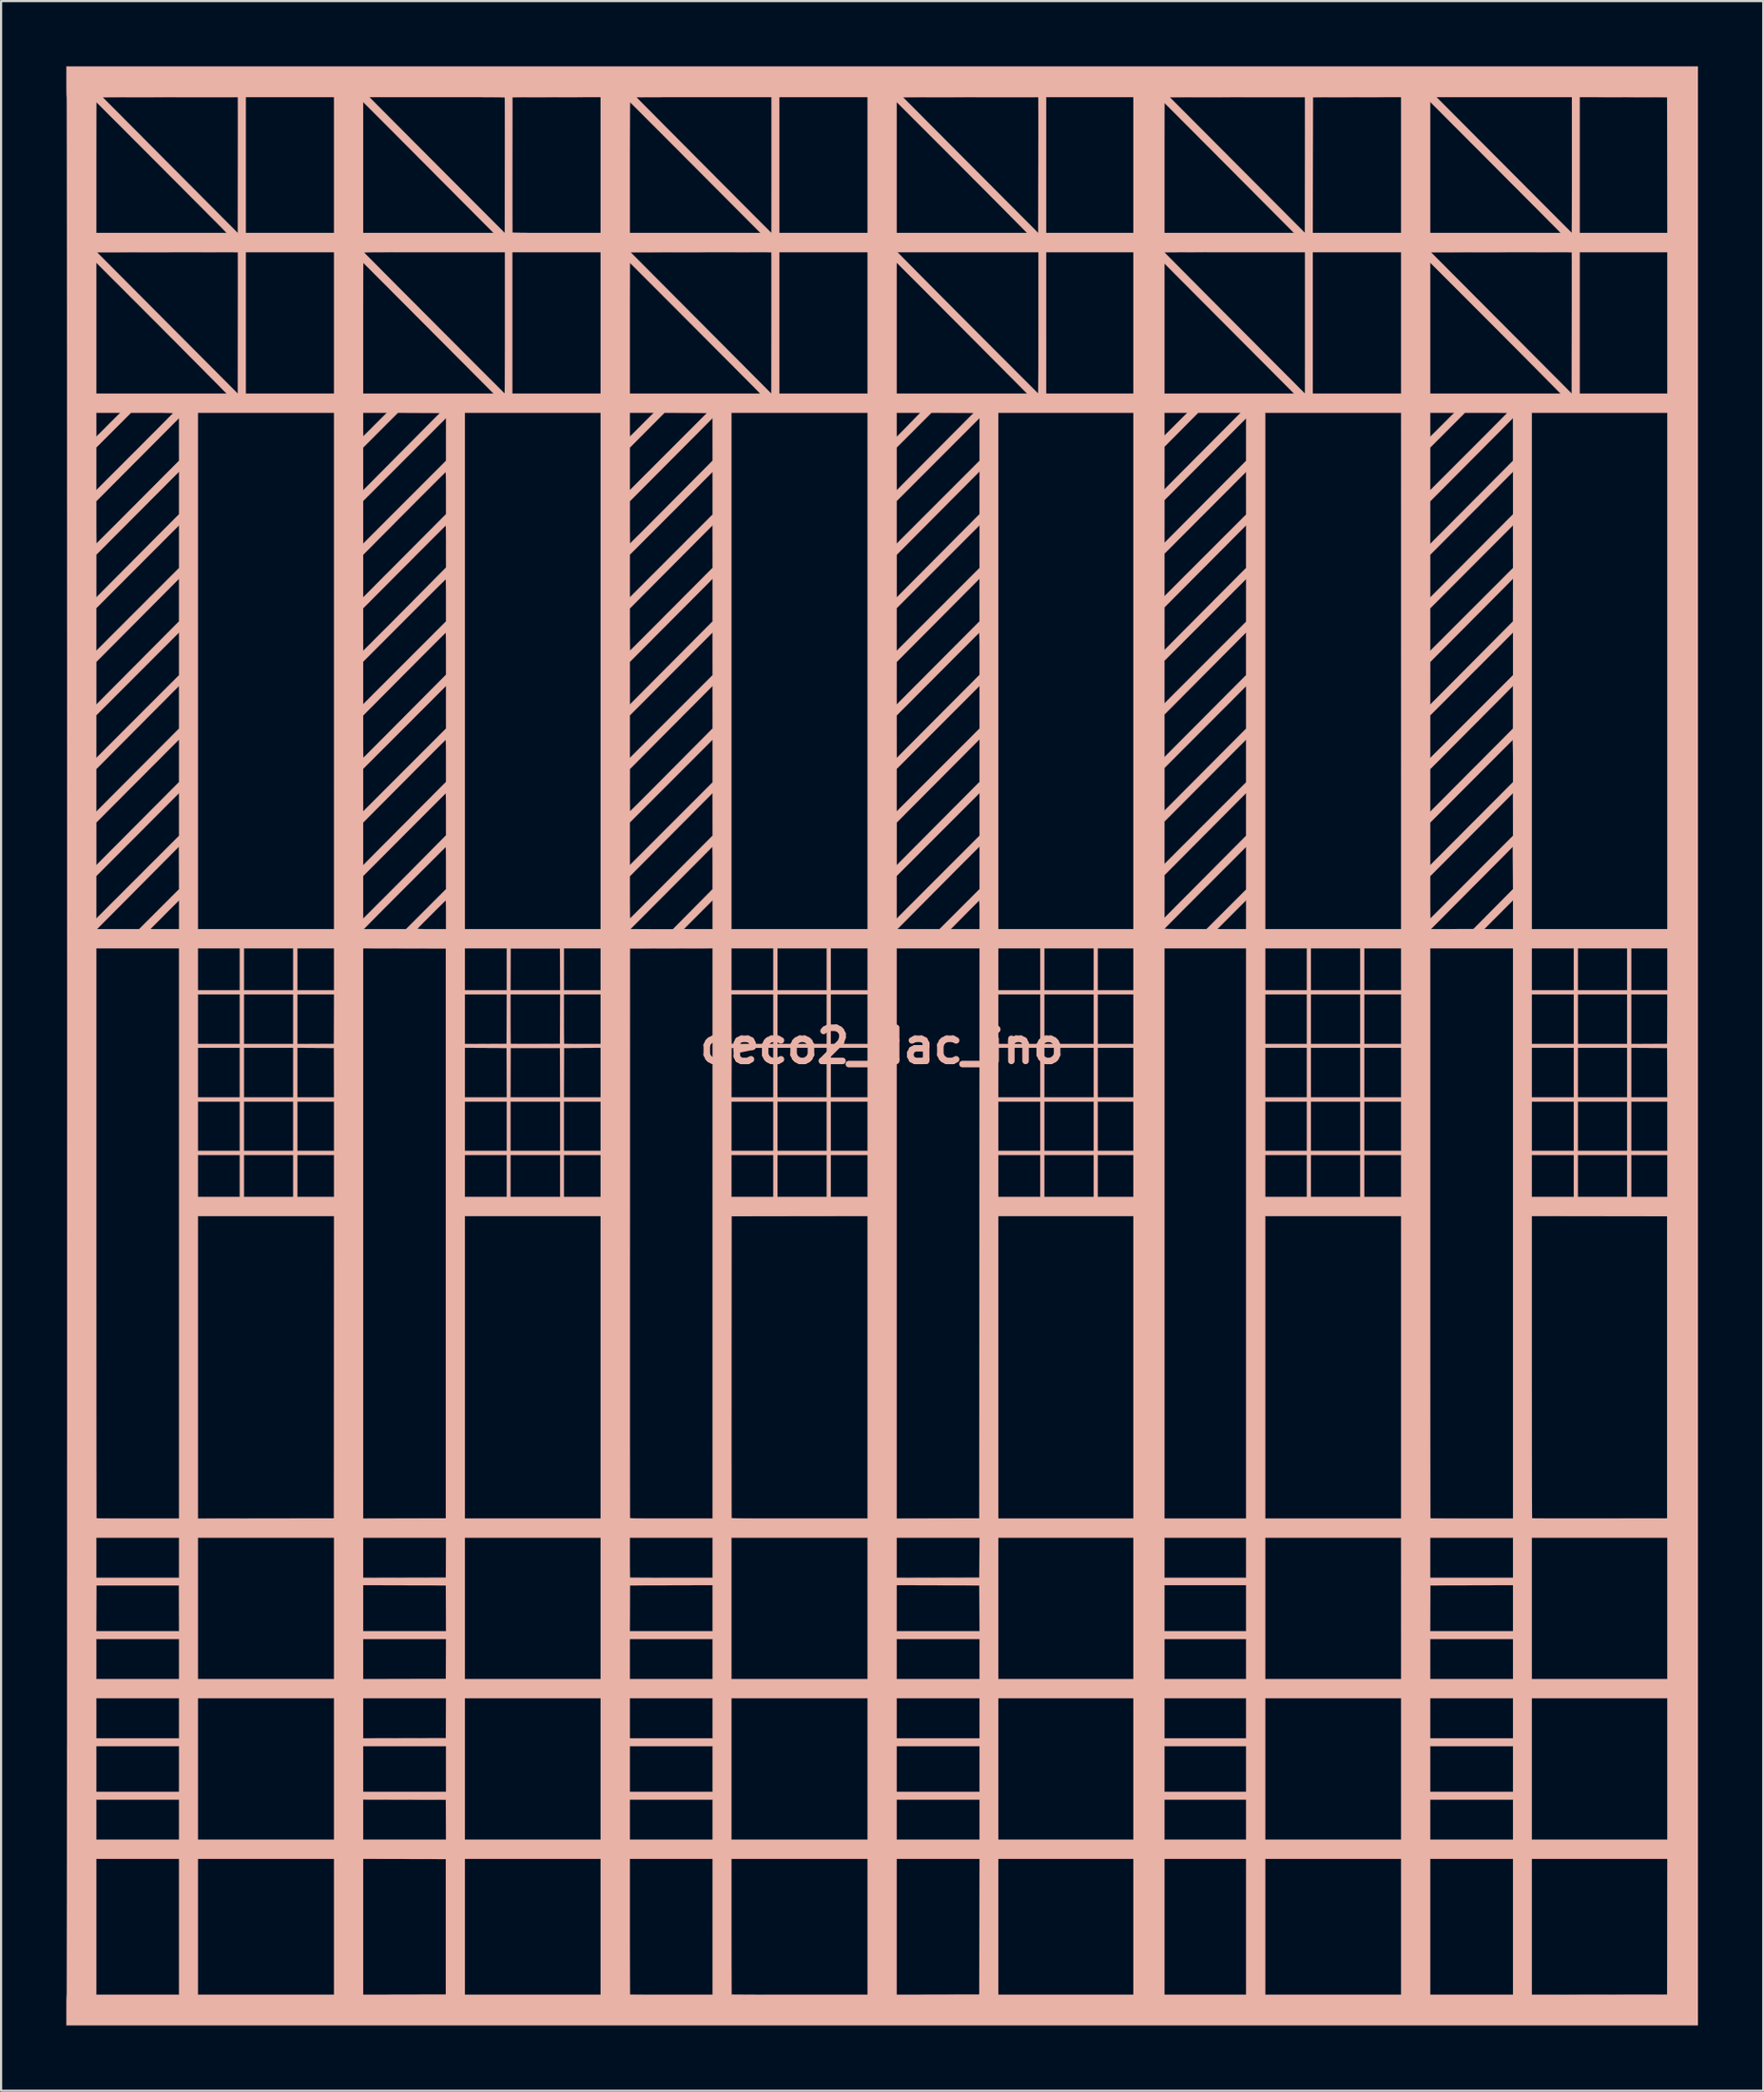
<source format=kicad_pcb>
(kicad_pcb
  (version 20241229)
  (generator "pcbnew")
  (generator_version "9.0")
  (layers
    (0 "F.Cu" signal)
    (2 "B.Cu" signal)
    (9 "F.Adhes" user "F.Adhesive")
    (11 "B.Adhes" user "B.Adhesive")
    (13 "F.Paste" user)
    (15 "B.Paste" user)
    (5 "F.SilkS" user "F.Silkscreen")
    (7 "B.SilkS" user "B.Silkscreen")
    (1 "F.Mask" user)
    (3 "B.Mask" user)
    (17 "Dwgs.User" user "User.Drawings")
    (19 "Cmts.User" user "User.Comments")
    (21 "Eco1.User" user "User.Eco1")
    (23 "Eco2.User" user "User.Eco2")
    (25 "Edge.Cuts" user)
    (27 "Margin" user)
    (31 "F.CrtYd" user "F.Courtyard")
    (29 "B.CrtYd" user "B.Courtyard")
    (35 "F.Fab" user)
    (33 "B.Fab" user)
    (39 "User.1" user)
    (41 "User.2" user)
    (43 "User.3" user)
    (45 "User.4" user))
  (footprint "deco2_dac_ino"
    (layer "F.Cu")
    (at 37.512 45.031)
    (property "Reference" "deco2_dac_ino" (at 0 0 0) (layer "B.SilkS") (effects (font (size 1.524 1.524) (thickness 0.3))))
    (attr through_hole)
    (fp_poly (pts (xy 37.524 45.026) (xy -37.507 45.026) (xy -37.507 44.323) (xy -37.507 44.13) (xy -37.506 43.966) (xy -37.504 43.834) (xy -37.501 43.732) (xy -37.497 43.663) (xy -37.493 43.626) (xy -37.49 43.62) (xy -23.859 43.62) (xy -20.058 43.612) (xy -20.058 37.38) (xy -23.795 37.372) (xy -19.185 37.372) (xy -19.185 43.62) (xy -12.937 43.62) (xy -12.937 37.372) (xy -11.599 37.372) (xy -11.599 40.485) (xy -11.599 40.807) (xy -11.599 41.12) (xy -11.599 41.422) (xy -11.598 41.712) (xy -11.598 41.988) (xy -11.597 42.248) (xy -11.597 42.49) (xy -11.596 42.714) (xy -11.595 42.916) (xy -11.594 43.096) (xy -11.593 43.252) (xy -11.592 43.382) (xy -11.591 43.484) (xy -11.59 43.557) (xy -11.589 43.599) (xy -11.588 43.609) (xy -11.57 43.61) (xy -11.52 43.612) (xy -11.441 43.613) (xy -11.334 43.615) (xy -11.202 43.616) (xy -11.047 43.617) (xy -10.871 43.618) (xy -10.677 43.619) (xy -10.465 43.619) (xy -10.24 43.62) (xy -10.002 43.62) (xy -9.754 43.62) (xy -9.683 43.62) (xy -7.789 43.62) (xy -7.789 37.372) (xy -6.926 37.372) (xy -6.926 40.485) (xy -6.926 40.807) (xy -6.925 41.12) (xy -6.925 41.422) (xy -6.925 41.712) (xy -6.924 41.988) (xy -6.924 42.248) (xy -6.923 42.49) (xy -6.922 42.714) (xy -6.921 42.916) (xy -6.921 43.096) (xy -6.92 43.252) (xy -6.919 43.382) (xy -6.918 43.484) (xy -6.916 43.557) (xy -6.915 43.599) (xy -6.914 43.609) (xy -6.897 43.61) (xy -6.847 43.611) (xy -6.766 43.612) (xy -6.657 43.613) (xy -6.52 43.614) (xy -6.358 43.615) (xy -6.172 43.616) (xy -5.964 43.617) (xy -5.736 43.618) (xy -5.489 43.618) (xy -5.225 43.619) (xy -4.945 43.619) (xy -4.652 43.62) (xy -4.346 43.62) (xy -4.031 43.62) (xy -3.782 43.62) (xy -0.66 43.62) (xy -0.66 37.372) (xy 0.677 37.372) (xy 0.677 43.62) (xy 4.479 43.612) (xy 4.483 40.492) (xy 4.487 37.372) (xy 5.351 37.372) (xy 5.351 43.62) (xy 11.565 43.62) (xy 11.565 37.372) (xy 12.988 37.372) (xy 12.988 43.62) (xy 16.747 43.62) (xy 16.747 37.372) (xy 17.628 37.372) (xy 17.628 43.62) (xy 23.876 43.62) (xy 23.876 37.372) (xy 25.214 37.372) (xy 25.214 43.62) (xy 29.024 43.62) (xy 29.024 37.372) (xy 29.887 37.372) (xy 29.887 43.62) (xy 32.999 43.616) (xy 36.11 43.612) (xy 36.115 40.492) (xy 36.119 37.372) (xy 29.887 37.372) (xy 29.024 37.372) (xy 25.214 37.372) (xy 23.876 37.372) (xy 17.628 37.372) (xy 16.747 37.372) (xy 12.988 37.372) (xy 11.565 37.372) (xy 5.351 37.372) (xy 4.487 37.372) (xy 0.677 37.372) (xy -0.66 37.372) (xy -6.926 37.372) (xy -7.789 37.372) (xy -11.599 37.372) (xy -12.937 37.372) (xy -19.185 37.372) (xy -23.795 37.372) (xy -23.859 37.372) (xy -23.859 43.62) (xy -37.49 43.62) (xy -37.49 43.62) (xy -37.49 43.603) (xy -37.489 43.553) (xy -37.488 43.468) (xy -37.488 43.349) (xy -37.487 43.197) (xy -37.487 43.011) (xy -37.486 42.791) (xy -37.485 42.537) (xy -37.485 42.249) (xy -37.484 41.927) (xy -37.484 41.572) (xy -37.483 41.182) (xy -37.483 40.759) (xy -37.482 40.302) (xy -37.482 39.811) (xy -37.481 39.286) (xy -37.481 38.728) (xy -37.481 38.135) (xy -37.48 37.509) (xy -37.48 37.372) (xy -36.136 37.372) (xy -36.136 43.62) (xy -32.326 43.62) (xy -32.326 37.372) (xy -31.462 37.372) (xy -31.462 43.62) (xy -25.197 43.62) (xy -25.197 37.372) (xy -31.462 37.372) (xy -32.326 37.372) (xy -36.136 37.372) (xy -37.48 37.372) (xy -37.48 36.849) (xy -37.479 36.155) (xy -37.479 35.427) (xy -37.479 34.666) (xy -37.479 34.646) (xy -36.136 34.646) (xy -36.136 36.491) (xy -32.326 36.491) (xy -32.326 34.646) (xy -36.136 34.646) (xy -37.479 34.646) (xy -37.478 33.87) (xy -37.478 33.041) (xy -37.478 32.19) (xy -36.136 32.19) (xy -36.136 34.29) (xy -32.326 34.29) (xy -32.326 32.19) (xy -36.136 32.19) (xy -37.478 32.19) (xy -37.477 32.178) (xy -37.477 31.281) (xy -37.477 30.35) (xy -37.477 29.989) (xy -36.136 29.989) (xy -36.136 31.835) (xy -32.326 31.835) (xy -32.326 29.989) (xy -31.462 29.989) (xy -31.462 36.491) (xy -25.197 36.491) (xy -23.859 36.491) (xy -20.049 36.491) (xy -20.058 34.654) (xy -21.958 34.65) (xy -23.859 34.645) (xy -23.859 36.491) (xy -25.197 36.491) (xy -25.197 32.19) (xy -23.859 32.19) (xy -23.859 34.29) (xy -20.049 34.29) (xy -20.049 32.19) (xy -23.859 32.19) (xy -25.197 32.19) (xy -25.197 29.989) (xy -23.859 29.989) (xy -23.859 31.835) (xy -20.058 31.826) (xy -20.053 30.908) (xy -20.049 29.989) (xy -19.185 29.989) (xy -19.185 36.491) (xy -12.937 36.491) (xy -12.937 34.646) (xy -11.599 34.646) (xy -11.599 36.491) (xy -7.789 36.491) (xy -7.789 34.646) (xy -11.599 34.646) (xy -12.937 34.646) (xy -12.937 32.19) (xy -11.599 32.19) (xy -11.599 34.29) (xy -7.789 34.29) (xy -7.789 32.19) (xy -11.599 32.19) (xy -12.937 32.19) (xy -12.937 29.989) (xy -11.599 29.989) (xy -11.599 31.835) (xy -7.789 31.835) (xy -7.789 29.989) (xy -6.926 29.989) (xy -6.926 36.491) (xy -0.66 36.491) (xy -0.66 34.646) (xy 0.677 34.646) (xy 0.677 36.491) (xy 4.487 36.491) (xy 4.487 34.646) (xy 0.677 34.646) (xy -0.66 34.646) (xy -0.66 32.19) (xy 0.677 32.19) (xy 0.677 34.29) (xy 4.487 34.29) (xy 4.487 32.19) (xy 0.677 32.19) (xy -0.66 32.19) (xy -0.66 29.989) (xy 0.677 29.989) (xy 0.677 31.835) (xy 4.487 31.835) (xy 4.487 29.989) (xy 5.351 29.989) (xy 5.351 36.491) (xy 11.565 36.491) (xy 11.565 34.646) (xy 12.988 34.646) (xy 12.988 36.491) (xy 16.747 36.491) (xy 16.747 34.646) (xy 12.988 34.646) (xy 11.565 34.646) (xy 11.565 32.19) (xy 12.988 32.19) (xy 12.988 34.29) (xy 16.747 34.29) (xy 16.747 32.19) (xy 12.988 32.19) (xy 11.565 32.19) (xy 11.565 29.989) (xy 12.988 29.989) (xy 12.988 31.835) (xy 16.747 31.835) (xy 16.747 29.989) (xy 17.628 29.989) (xy 17.628 36.491) (xy 23.876 36.491) (xy 23.876 34.646) (xy 25.214 34.646) (xy 25.214 36.491) (xy 29.024 36.491) (xy 29.024 34.646) (xy 25.214 34.646) (xy 23.876 34.646) (xy 23.876 32.19) (xy 25.214 32.19) (xy 25.214 34.29) (xy 29.024 34.29) (xy 29.024 32.19) (xy 25.214 32.19) (xy 23.876 32.19) (xy 23.876 29.989) (xy 25.214 29.989) (xy 25.214 31.835) (xy 29.024 31.835) (xy 29.024 29.989) (xy 29.887 29.989) (xy 29.887 36.491) (xy 36.119 36.491) (xy 36.119 29.989) (xy 29.887 29.989) (xy 29.024 29.989) (xy 25.214 29.989) (xy 23.876 29.989) (xy 17.628 29.989) (xy 16.747 29.989) (xy 12.988 29.989) (xy 11.565 29.989) (xy 5.351 29.989) (xy 4.487 29.989) (xy 0.677 29.989) (xy -0.66 29.989) (xy -6.926 29.989) (xy -7.789 29.989) (xy -11.599 29.989) (xy -12.937 29.989) (xy -19.185 29.989) (xy -20.049 29.989) (xy -23.859 29.989) (xy -25.197 29.989) (xy -31.462 29.989) (xy -32.326 29.989) (xy -36.136 29.989) (xy -37.477 29.989) (xy -37.477 29.386) (xy -37.476 28.387) (xy -37.476 27.355) (xy -37.476 27.263) (xy -36.136 27.263) (xy -36.136 29.108) (xy -32.326 29.108) (xy -32.326 27.263) (xy -36.136 27.263) (xy -37.476 27.263) (xy -37.476 26.907) (xy -36.136 26.907) (xy -32.325 26.907) (xy -32.33 25.853) (xy -32.334 24.799) (xy -36.127 24.799) (xy -36.132 25.853) (xy -36.136 26.907) (xy -37.476 26.907) (xy -37.476 26.289) (xy -37.476 25.189) (xy -37.475 24.056) (xy -37.475 22.888) (xy -37.475 22.606) (xy -36.136 22.606) (xy -36.136 24.452) (xy -32.326 24.452) (xy -32.326 22.606) (xy -31.462 22.606) (xy -31.462 29.108) (xy -25.197 29.108) (xy -25.197 27.263) (xy -23.859 27.263) (xy -23.859 29.109) (xy -21.958 29.104) (xy -20.058 29.1) (xy -20.049 27.263) (xy -23.859 27.263) (xy -25.197 27.263) (xy -25.197 26.907) (xy -23.859 26.907) (xy -20.049 26.907) (xy -20.053 25.853) (xy -20.058 24.799) (xy -21.958 24.795) (xy -23.859 24.79) (xy -23.859 26.907) (xy -25.197 26.907) (xy -25.197 22.606) (xy -23.859 22.606) (xy -23.859 24.452) (xy -20.058 24.443) (xy -20.053 23.525) (xy -20.049 22.606) (xy -19.185 22.606) (xy -19.185 29.108) (xy -12.937 29.108) (xy -12.937 27.263) (xy -11.599 27.263) (xy -11.599 29.108) (xy -7.789 29.108) (xy -7.789 27.263) (xy -11.599 27.263) (xy -12.937 27.263) (xy -12.937 26.907) (xy -11.6 26.907) (xy -7.789 26.907) (xy -7.789 24.79) (xy -9.69 24.795) (xy -11.591 24.799) (xy -11.595 25.853) (xy -11.6 26.907) (xy -12.937 26.907) (xy -12.937 22.606) (xy -11.599 22.606) (xy -11.599 23.518) (xy -11.599 23.69) (xy -11.599 23.852) (xy -11.598 24.001) (xy -11.596 24.134) (xy -11.595 24.246) (xy -11.593 24.336) (xy -11.591 24.4) (xy -11.589 24.435) (xy -11.588 24.44) (xy -11.57 24.442) (xy -11.52 24.443) (xy -11.441 24.445) (xy -11.334 24.446) (xy -11.202 24.447) (xy -11.047 24.448) (xy -10.871 24.449) (xy -10.677 24.45) (xy -10.465 24.451) (xy -10.24 24.451) (xy -10.002 24.452) (xy -9.754 24.452) (xy -9.683 24.452) (xy -7.789 24.452) (xy -7.789 22.606) (xy -6.926 22.606) (xy -6.926 29.108) (xy -0.66 29.108) (xy -0.66 27.263) (xy 0.677 27.263) (xy 0.677 29.108) (xy 4.487 29.108) (xy 4.487 27.263) (xy 0.677 27.263) (xy -0.66 27.263) (xy -0.66 26.907) (xy 0.677 26.907) (xy 4.488 26.907) (xy 4.483 25.853) (xy 4.479 24.799) (xy 2.578 24.795) (xy 0.677 24.79) (xy 0.677 26.907) (xy -0.66 26.907) (xy -0.66 22.606) (xy 0.677 22.606) (xy 0.677 24.452) (xy 4.479 24.443) (xy 4.483 23.525) (xy 4.488 22.606) (xy 5.351 22.606) (xy 5.351 29.108) (xy 11.565 29.108) (xy 11.565 27.263) (xy 12.988 27.263) (xy 12.988 29.108) (xy 16.747 29.108) (xy 16.747 27.263) (xy 12.988 27.263) (xy 11.565 27.263) (xy 11.565 24.79) (xy 12.988 24.79) (xy 12.988 26.907) (xy 16.747 26.907) (xy 16.747 24.79) (xy 12.988 24.79) (xy 11.565 24.79) (xy 11.565 22.606) (xy 12.988 22.606) (xy 12.988 24.452) (xy 16.747 24.452) (xy 16.747 22.606) (xy 17.628 22.606) (xy 17.628 29.108) (xy 23.876 29.108) (xy 23.876 27.263) (xy 25.214 27.263) (xy 25.214 29.108) (xy 29.024 29.108) (xy 29.024 27.263) (xy 25.214 27.263) (xy 23.876 27.263) (xy 23.876 26.907) (xy 25.213 26.907) (xy 29.024 26.907) (xy 29.024 24.79) (xy 27.123 24.795) (xy 25.222 24.799) (xy 25.218 25.853) (xy 25.213 26.907) (xy 23.876 26.907) (xy 23.876 22.606) (xy 25.214 22.606) (xy 25.214 24.452) (xy 29.024 24.452) (xy 29.024 22.606) (xy 29.887 22.606) (xy 29.887 29.108) (xy 36.119 29.108) (xy 36.119 22.606) (xy 29.887 22.606) (xy 29.024 22.606) (xy 25.214 22.606) (xy 23.876 22.606) (xy 17.628 22.606) (xy 16.747 22.606) (xy 12.988 22.606) (xy 11.565 22.606) (xy 5.351 22.606) (xy 4.488 22.606) (xy 0.677 22.606) (xy -0.66 22.606) (xy -6.926 22.606) (xy -7.789 22.606) (xy -11.599 22.606) (xy -12.937 22.606) (xy -19.185 22.606) (xy -20.049 22.606) (xy -23.859 22.606) (xy -25.197 22.606) (xy -31.462 22.606) (xy -32.326 22.606) (xy -36.136 22.606) (xy -37.475 22.606) (xy -37.475 21.726) (xy -23.859 21.726) (xy -20.058 21.717) (xy -20.058 7.823) (xy -19.185 7.823) (xy -19.185 21.725) (xy -12.937 21.725) (xy -12.937 14.777) (xy -11.596 14.777) (xy -11.596 15.322) (xy -11.596 15.85) (xy -11.596 16.361) (xy -11.596 16.855) (xy -11.596 17.329) (xy -11.596 17.783) (xy -11.596 18.217) (xy -11.596 18.629) (xy -11.595 19.02) (xy -11.595 19.387) (xy -11.595 19.73) (xy -11.595 20.049) (xy -11.595 20.343) (xy -11.594 20.61) (xy -11.594 20.85) (xy -11.594 21.062) (xy -11.593 21.245) (xy -11.593 21.399) (xy -11.593 21.523) (xy -11.592 21.615) (xy -11.592 21.675) (xy -11.592 21.703) (xy -11.591 21.704) (xy -11.584 21.708) (xy -11.563 21.711) (xy -11.527 21.713) (xy -11.474 21.716) (xy -11.403 21.718) (xy -11.312 21.72) (xy -11.199 21.721) (xy -11.064 21.722) (xy -10.905 21.723) (xy -10.719 21.724) (xy -10.506 21.725) (xy -10.263 21.725) (xy -9.99 21.725) (xy -9.686 21.725) (xy -7.789 21.725) (xy -7.789 17.916) (xy -6.923 17.916) (xy -6.923 18.316) (xy -6.923 18.698) (xy -6.923 19.063) (xy -6.922 19.41) (xy -6.922 19.736) (xy -6.922 20.042) (xy -6.922 20.326) (xy -6.922 20.586) (xy -6.921 20.822) (xy -6.921 21.033) (xy -6.921 21.217) (xy -6.92 21.373) (xy -6.92 21.501) (xy -6.919 21.599) (xy -6.919 21.665) (xy -6.918 21.7) (xy -6.918 21.704) (xy -6.911 21.707) (xy -6.891 21.709) (xy -6.857 21.712) (xy -6.807 21.714) (xy -6.741 21.716) (xy -6.657 21.717) (xy -6.554 21.719) (xy -6.431 21.72) (xy -6.286 21.721) (xy -6.118 21.722) (xy -5.927 21.723) (xy -5.71 21.724) (xy -5.467 21.724) (xy -5.196 21.725) (xy -4.896 21.725) (xy -4.567 21.725) (xy -4.206 21.725) (xy -3.812 21.725) (xy -0.66 21.725) (xy -0.66 7.823) (xy -3.789 7.827) (xy -6.917 7.832) (xy -6.922 14.757) (xy -6.922 15.24) (xy -6.922 15.714) (xy -6.922 16.178) (xy -6.922 16.632) (xy -6.923 17.074) (xy -6.923 17.502) (xy -6.923 17.916) (xy -7.789 17.916) (xy -7.789 5.012) (xy -6.926 5.012) (xy -6.926 6.943) (xy -4.995 6.943) (xy -4.995 5.012) (xy -4.809 5.012) (xy -4.809 6.943) (xy -2.54 6.943) (xy -2.54 5.012) (xy -2.354 5.012) (xy -2.354 6.943) (xy -0.66 6.943) (xy -0.66 5.012) (xy -2.354 5.012) (xy -2.54 5.012) (xy -4.809 5.012) (xy -4.995 5.012) (xy -6.926 5.012) (xy -7.789 5.012) (xy -7.789 2.557) (xy -6.926 2.557) (xy -6.926 4.826) (xy -4.995 4.826) (xy -4.995 2.557) (xy -4.809 2.557) (xy -4.809 4.826) (xy -2.54 4.826) (xy -2.54 2.557) (xy -2.354 2.557) (xy -2.354 4.826) (xy -0.66 4.826) (xy -0.66 2.557) (xy -2.354 2.557) (xy -2.54 2.557) (xy -4.809 2.557) (xy -4.995 2.557) (xy -6.926 2.557) (xy -7.789 2.557) (xy -7.789 2.371) (xy -6.926 2.371) (xy -4.995 2.371) (xy -4.995 0.085) (xy -4.809 0.085) (xy -4.809 2.371) (xy -2.54 2.371) (xy -2.54 0.085) (xy -2.354 0.085) (xy -2.354 2.371) (xy -0.66 2.371) (xy -0.66 0.085) (xy -2.354 0.085) (xy -2.54 0.085) (xy -4.809 0.085) (xy -4.995 0.085) (xy -4.995 0.084) (xy -5.956 0.089) (xy -6.917 0.093) (xy -6.922 1.232) (xy -6.926 2.371) (xy -7.789 2.371) (xy -7.789 -2.371) (xy -6.926 -2.371) (xy -6.926 -1.239) (xy -6.926 -1.046) (xy -6.925 -0.863) (xy -6.924 -0.694) (xy -6.923 -0.539) (xy -6.922 -0.404) (xy -6.921 -0.289) (xy -6.919 -0.198) (xy -6.917 -0.135) (xy -6.915 -0.101) (xy -6.914 -0.096) (xy -6.896 -0.094) (xy -6.847 -0.092) (xy -6.769 -0.09) (xy -6.668 -0.088) (xy -6.544 -0.087) (xy -6.402 -0.086) (xy -6.245 -0.085) (xy -6.075 -0.085) (xy -5.949 -0.085) (xy -4.995 -0.085) (xy -4.995 -2.371) (xy -4.809 -2.371) (xy -4.809 -0.085) (xy -2.54 -0.085) (xy -2.54 -2.371) (xy -2.354 -2.371) (xy -2.354 -0.085) (xy -0.66 -0.085) (xy -0.66 -2.371) (xy -2.354 -2.371) (xy -2.54 -2.371) (xy -4.809 -2.371) (xy -4.995 -2.371) (xy -6.926 -2.371) (xy -7.789 -2.371) (xy -7.789 -4.487) (xy -6.926 -4.487) (xy -6.926 -2.557) (xy -4.995 -2.557) (xy -4.995 -4.487) (xy -4.809 -4.487) (xy -4.809 -2.557) (xy -2.54 -2.557) (xy -2.54 -4.487) (xy -2.354 -4.487) (xy -2.354 -2.557) (xy -0.66 -2.557) (xy -0.66 -4.487) (xy 0.677 -4.487) (xy 0.677 21.726) (xy 4.479 21.717) (xy 4.483 8.615) (xy 4.483 7.823) (xy 5.351 7.823) (xy 5.351 21.725) (xy 11.565 21.725) (xy 11.565 7.823) (xy 5.351 7.823) (xy 4.483 7.823) (xy 4.484 5.012) (xy 5.351 5.012) (xy 5.351 6.943) (xy 7.281 6.943) (xy 7.281 5.012) (xy 7.468 5.012) (xy 7.468 6.943) (xy 9.737 6.943) (xy 9.737 5.012) (xy 9.923 5.012) (xy 9.923 6.943) (xy 11.565 6.943) (xy 11.565 5.012) (xy 9.923 5.012) (xy 9.737 5.012) (xy 7.468 5.012) (xy 7.281 5.012) (xy 5.351 5.012) (xy 4.484 5.012) (xy 4.485 2.557) (xy 5.351 2.557) (xy 5.351 4.826) (xy 7.281 4.826) (xy 7.281 2.557) (xy 7.468 2.557) (xy 7.468 4.826) (xy 9.737 4.826) (xy 9.737 2.557) (xy 9.923 2.557) (xy 9.923 4.826) (xy 11.565 4.826) (xy 11.565 2.557) (xy 9.923 2.557) (xy 9.737 2.557) (xy 7.468 2.557) (xy 7.281 2.557) (xy 5.351 2.557) (xy 4.485 2.557) (xy 4.486 0.085) (xy 5.351 0.085) (xy 5.351 2.371) (xy 7.281 2.371) (xy 7.281 0.085) (xy 7.468 0.085) (xy 7.468 2.371) (xy 9.737 2.371) (xy 9.737 0.085) (xy 9.923 0.085) (xy 9.923 2.371) (xy 11.565 2.371) (xy 11.565 0.085) (xy 9.923 0.085) (xy 9.737 0.085) (xy 7.468 0.085) (xy 7.281 0.085) (xy 5.351 0.085) (xy 4.486 0.085) (xy 4.487 -2.371) (xy 5.351 -2.371) (xy 5.351 -0.085) (xy 7.281 -0.085) (xy 7.281 -2.371) (xy 7.468 -2.371) (xy 7.468 -0.085) (xy 9.737 -0.085) (xy 9.737 -2.371) (xy 9.923 -2.371) (xy 9.923 -0.085) (xy 11.565 -0.085) (xy 11.565 -2.371) (xy 9.923 -2.371) (xy 9.737 -2.371) (xy 7.468 -2.371) (xy 7.281 -2.371) (xy 5.351 -2.371) (xy 4.487 -2.371) (xy 4.487 -4.487) (xy 5.351 -4.487) (xy 5.351 -2.557) (xy 7.281 -2.557) (xy 7.281 -4.487) (xy 7.468 -4.487) (xy 7.468 -2.557) (xy 9.737 -2.557) (xy 9.737 -4.487) (xy 9.923 -4.487) (xy 9.923 -2.557) (xy 11.565 -2.557) (xy 11.565 -4.487) (xy 12.988 -4.487) (xy 12.988 21.725) (xy 16.747 21.725) (xy 16.747 7.823) (xy 17.628 7.823) (xy 17.628 21.725) (xy 23.876 21.725) (xy 23.876 7.823) (xy 17.628 7.823) (xy 16.747 7.823) (xy 16.747 5.012) (xy 17.628 5.012) (xy 17.628 6.943) (xy 19.541 6.943) (xy 19.541 5.012) (xy 19.727 5.012) (xy 19.727 6.943) (xy 21.996 6.943) (xy 21.996 5.012) (xy 22.183 5.012) (xy 22.183 6.943) (xy 23.876 6.943) (xy 23.876 5.012) (xy 22.183 5.012) (xy 21.996 5.012) (xy 19.727 5.012) (xy 19.541 5.012) (xy 17.628 5.012) (xy 16.747 5.012) (xy 16.747 2.557) (xy 17.628 2.557) (xy 17.628 4.826) (xy 19.541 4.826) (xy 19.541 2.557) (xy 19.727 2.557) (xy 19.727 4.826) (xy 21.996 4.826) (xy 21.996 2.557) (xy 22.183 2.557) (xy 22.183 4.826) (xy 23.876 4.826) (xy 23.876 2.557) (xy 22.183 2.557) (xy 21.996 2.557) (xy 19.727 2.557) (xy 19.541 2.557) (xy 17.628 2.557) (xy 16.747 2.557) (xy 16.747 0.085) (xy 17.628 0.085) (xy 17.628 2.371) (xy 19.541 2.371) (xy 19.541 0.085) (xy 19.727 0.085) (xy 19.727 2.371) (xy 21.996 2.371) (xy 21.996 0.085) (xy 22.183 0.085) (xy 22.183 2.371) (xy 23.876 2.371) (xy 23.876 0.085) (xy 22.183 0.085) (xy 21.996 0.085) (xy 19.727 0.085) (xy 19.541 0.085) (xy 17.628 0.085) (xy 16.747 0.085) (xy 16.747 -2.371) (xy 17.628 -2.371) (xy 17.628 -0.085) (xy 19.541 -0.085) (xy 19.541 -2.371) (xy 19.727 -2.371) (xy 19.727 -0.085) (xy 21.996 -0.085) (xy 21.996 -2.371) (xy 22.183 -2.371) (xy 22.183 -0.085) (xy 23.876 -0.085) (xy 23.876 -2.371) (xy 22.183 -2.371) (xy 21.996 -2.371) (xy 19.727 -2.371) (xy 19.541 -2.371) (xy 17.628 -2.371) (xy 16.747 -2.371) (xy 16.747 -4.487) (xy 17.628 -4.487) (xy 17.628 -2.557) (xy 19.541 -2.557) (xy 19.541 -4.487) (xy 19.727 -4.487) (xy 19.727 -2.557) (xy 21.996 -2.557) (xy 21.996 -4.487) (xy 22.183 -4.487) (xy 22.183 -2.557) (xy 23.876 -2.557) (xy 23.876 -4.487) (xy 25.214 -4.487) (xy 25.214 8.608) (xy 25.214 9.273) (xy 25.214 9.929) (xy 25.214 10.577) (xy 25.214 11.214) (xy 25.214 11.841) (xy 25.214 12.456) (xy 25.214 13.059) (xy 25.215 13.648) (xy 25.215 14.224) (xy 25.215 14.785) (xy 25.215 15.33) (xy 25.216 15.858) (xy 25.216 16.369) (xy 25.216 16.863) (xy 25.217 17.337) (xy 25.217 17.791) (xy 25.217 18.225) (xy 25.218 18.638) (xy 25.218 19.028) (xy 25.219 19.396) (xy 25.219 19.739) (xy 25.22 20.058) (xy 25.22 20.351) (xy 25.221 20.619) (xy 25.221 20.859) (xy 25.222 21.071) (xy 25.222 21.254) (xy 25.223 21.408) (xy 25.223 21.532) (xy 25.224 21.624) (xy 25.224 21.685) (xy 25.225 21.712) (xy 25.225 21.714) (xy 25.243 21.716) (xy 25.293 21.717) (xy 25.372 21.718) (xy 25.479 21.72) (xy 25.611 21.721) (xy 25.766 21.722) (xy 25.942 21.723) (xy 26.137 21.724) (xy 26.348 21.724) (xy 26.573 21.725) (xy 26.811 21.725) (xy 27.059 21.725) (xy 27.13 21.725) (xy 29.024 21.725) (xy 29.024 14.763) (xy 29.887 14.763) (xy 29.887 15.246) (xy 29.887 15.72) (xy 29.888 16.185) (xy 29.888 16.639) (xy 29.888 17.081) (xy 29.888 17.51) (xy 29.889 17.924) (xy 29.889 18.323) (xy 29.889 18.706) (xy 29.89 19.071) (xy 29.89 19.418) (xy 29.891 19.745) (xy 29.891 20.05) (xy 29.892 20.334) (xy 29.893 20.595) (xy 29.893 20.831) (xy 29.894 21.042) (xy 29.895 21.226) (xy 29.895 21.382) (xy 29.896 21.51) (xy 29.897 21.608) (xy 29.897 21.675) (xy 29.898 21.709) (xy 29.899 21.714) (xy 29.917 21.715) (xy 29.967 21.716) (xy 30.047 21.717) (xy 30.156 21.718) (xy 30.293 21.719) (xy 30.455 21.72) (xy 30.64 21.721) (xy 30.848 21.721) (xy 31.076 21.721) (xy 31.323 21.722) (xy 31.587 21.722) (xy 31.866 21.722) (xy 32.159 21.722) (xy 32.464 21.722) (xy 32.779 21.722) (xy 33.01 21.721) (xy 36.11 21.717) (xy 36.11 7.832) (xy 29.887 7.823) (xy 29.887 14.763) (xy 29.024 14.763) (xy 29.024 5.012) (xy 29.887 5.012) (xy 29.887 6.943) (xy 31.818 6.943) (xy 31.818 5.012) (xy 32.004 5.012) (xy 32.004 6.943) (xy 34.273 6.943) (xy 34.273 5.012) (xy 34.459 5.012) (xy 34.459 6.943) (xy 36.119 6.943) (xy 36.119 5.012) (xy 34.459 5.012) (xy 34.273 5.012) (xy 32.004 5.012) (xy 31.818 5.012) (xy 29.887 5.012) (xy 29.024 5.012) (xy 29.024 2.557) (xy 29.887 2.557) (xy 29.887 4.826) (xy 31.818 4.826) (xy 31.818 2.557) (xy 32.004 2.557) (xy 32.004 4.826) (xy 34.273 4.826) (xy 34.273 2.557) (xy 34.459 2.557) (xy 34.459 4.826) (xy 36.119 4.826) (xy 36.119 2.557) (xy 34.459 2.557) (xy 34.273 2.557) (xy 32.004 2.557) (xy 31.818 2.557) (xy 29.887 2.557) (xy 29.024 2.557) (xy 29.024 0.085) (xy 29.887 0.085) (xy 29.887 2.371) (xy 31.818 2.371) (xy 31.818 0.085) (xy 32.004 0.085) (xy 32.004 2.371) (xy 34.273 2.371) (xy 34.459 2.371) (xy 36.119 2.371) (xy 36.115 1.232) (xy 36.11 0.093) (xy 35.285 0.089) (xy 34.459 0.084) (xy 34.459 2.371) (xy 34.273 2.371) (xy 34.273 0.085) (xy 32.004 0.085) (xy 31.818 0.085) (xy 29.887 0.085) (xy 29.024 0.085) (xy 29.024 -2.371) (xy 29.887 -2.371) (xy 29.887 -0.085) (xy 31.818 -0.085) (xy 31.818 -2.371) (xy 32.004 -2.371) (xy 32.004 -0.085) (xy 34.273 -0.085) (xy 34.273 -2.371) (xy 34.459 -2.371) (xy 34.459 -0.084) (xy 36.11 -0.093) (xy 36.115 -1.232) (xy 36.119 -2.371) (xy 34.459 -2.371) (xy 34.273 -2.371) (xy 32.004 -2.371) (xy 31.818 -2.371) (xy 29.887 -2.371) (xy 29.024 -2.371) (xy 29.024 -4.487) (xy 29.887 -4.487) (xy 29.887 -2.557) (xy 31.818 -2.557) (xy 31.818 -4.487) (xy 32.004 -4.487) (xy 32.004 -2.557) (xy 34.273 -2.557) (xy 34.273 -4.487) (xy 34.459 -4.487) (xy 34.459 -2.557) (xy 36.119 -2.557) (xy 36.119 -4.487) (xy 34.459 -4.487) (xy 34.273 -4.487) (xy 32.004 -4.487) (xy 31.818 -4.487) (xy 29.887 -4.487) (xy 29.024 -4.487) (xy 25.214 -4.487) (xy 23.876 -4.487) (xy 22.183 -4.487) (xy 21.996 -4.487) (xy 19.727 -4.487) (xy 19.541 -4.487) (xy 17.628 -4.487) (xy 16.747 -4.487) (xy 12.988 -4.487) (xy 11.565 -4.487) (xy 9.923 -4.487) (xy 9.737 -4.487) (xy 7.468 -4.487) (xy 7.281 -4.487) (xy 5.351 -4.487) (xy 4.487 -4.487) (xy 0.677 -4.487) (xy -0.66 -4.487) (xy -2.354 -4.487) (xy -2.54 -4.487) (xy -4.809 -4.487) (xy -4.995 -4.487) (xy -6.926 -4.487) (xy -7.789 -4.487) (xy -7.789 -4.487) (xy -9.69 -4.483) (xy -11.591 -4.479) (xy -11.595 8.602) (xy -11.595 9.267) (xy -11.596 9.923) (xy -11.596 10.57) (xy -11.596 11.208) (xy -11.596 11.834) (xy -11.596 12.449) (xy -11.596 13.052) (xy -11.596 13.641) (xy -11.596 14.216) (xy -11.596 14.777) (xy -12.937 14.777) (xy -12.937 7.823) (xy -19.185 7.823) (xy -20.058 7.823) (xy -20.058 5.012) (xy -19.185 5.012) (xy -19.185 6.943) (xy -17.255 6.943) (xy -17.255 5.012) (xy -17.086 5.012) (xy -17.086 6.943) (xy -14.8 6.943) (xy -14.8 5.012) (xy -14.63 5.012) (xy -14.63 6.943) (xy -12.937 6.943) (xy -12.937 5.012) (xy -14.63 5.012) (xy -14.8 5.012) (xy -17.086 5.012) (xy -17.255 5.012) (xy -19.185 5.012) (xy -20.058 5.012) (xy -20.058 2.557) (xy -19.185 2.557) (xy -19.185 4.826) (xy -17.255 4.826) (xy -17.255 2.557) (xy -17.086 2.557) (xy -17.086 4.826) (xy -14.8 4.826) (xy -14.8 2.557) (xy -14.63 2.557) (xy -14.63 4.826) (xy -12.937 4.826) (xy -12.937 2.557) (xy -14.63 2.557) (xy -14.8 2.557) (xy -17.086 2.557) (xy -17.255 2.557) (xy -19.185 2.557) (xy -20.058 2.557) (xy -20.058 2.371) (xy -19.185 2.371) (xy -17.255 2.371) (xy -17.086 2.371) (xy -14.799 2.371) (xy -14.631 2.371) (xy -12.937 2.371) (xy -12.937 0.084) (xy -13.78 0.089) (xy -14.622 0.093) (xy -14.631 2.371) (xy -14.799 2.371) (xy -14.804 1.232) (xy -14.808 0.093) (xy -17.077 0.093) (xy -17.082 1.232) (xy -17.086 2.371) (xy -17.255 2.371) (xy -17.259 1.232) (xy -17.264 0.093) (xy -19.185 0.084) (xy -19.185 2.371) (xy -20.058 2.371) (xy -20.058 -2.371) (xy -19.185 -2.371) (xy -19.185 -0.084) (xy -17.264 -0.093) (xy -17.259 -1.232) (xy -17.255 -2.371) (xy -17.086 -2.371) (xy -17.086 -1.239) (xy -17.086 -1.046) (xy -17.085 -0.863) (xy -17.084 -0.694) (xy -17.083 -0.539) (xy -17.082 -0.403) (xy -17.081 -0.289) (xy -17.079 -0.198) (xy -17.077 -0.135) (xy -17.075 -0.101) (xy -17.074 -0.096) (xy -17.056 -0.094) (xy -17.006 -0.092) (xy -16.929 -0.091) (xy -16.825 -0.09) (xy -16.7 -0.089) (xy -16.554 -0.088) (xy -16.392 -0.088) (xy -16.215 -0.088) (xy -16.027 -0.088) (xy -15.936 -0.089) (xy -14.808 -0.093) (xy -14.804 -1.232) (xy -14.799 -2.371) (xy -14.63 -2.371) (xy -14.63 -1.239) (xy -14.63 -1.046) (xy -14.63 -0.863) (xy -14.629 -0.694) (xy -14.628 -0.539) (xy -14.627 -0.404) (xy -14.625 -0.289) (xy -14.624 -0.198) (xy -14.622 -0.135) (xy -14.62 -0.101) (xy -14.619 -0.096) (xy -14.6 -0.094) (xy -14.551 -0.092) (xy -14.475 -0.09) (xy -14.374 -0.088) (xy -14.253 -0.087) (xy -14.114 -0.086) (xy -13.961 -0.085) (xy -13.798 -0.085) (xy -13.772 -0.085) (xy -12.937 -0.085) (xy -12.937 -2.371) (xy -14.63 -2.371) (xy -14.799 -2.371) (xy -17.086 -2.371) (xy -17.255 -2.371) (xy -19.185 -2.371) (xy -20.058 -2.371) (xy -20.058 -4.479) (xy -23.795 -4.487) (xy -19.185 -4.487) (xy -19.185 -2.557) (xy -17.255 -2.557) (xy -17.086 -2.557) (xy -14.799 -2.557) (xy -14.808 -4.479) (xy -17.077 -4.479) (xy -17.086 -2.557) (xy -17.255 -2.557) (xy -17.255 -4.487) (xy -14.63 -4.487) (xy -14.63 -2.557) (xy -12.937 -2.557) (xy -12.937 -4.487) (xy -14.63 -4.487) (xy -17.255 -4.487) (xy -19.185 -4.487) (xy -23.795 -4.487) (xy -23.859 -4.487) (xy -23.859 21.726) (xy -37.475 21.726) (xy -37.475 21.687) (xy -37.475 20.452) (xy -37.475 19.183) (xy -37.474 17.88) (xy -37.474 16.543) (xy -37.474 15.173) (xy -37.474 13.769) (xy -37.474 12.331) (xy -37.474 10.859) (xy -37.474 9.354) (xy -37.474 7.815) (xy -37.474 6.241) (xy -37.474 4.634) (xy -37.473 2.994) (xy -37.473 1.319) (xy -37.473 0) (xy -37.473 -1.701) (xy -37.473 -3.368) (xy -37.474 -4.487) (xy -36.136 -4.487) (xy -36.136 8.608) (xy -36.136 9.273) (xy -36.136 9.929) (xy -36.136 10.577) (xy -36.136 11.214) (xy -36.135 11.841) (xy -36.135 12.456) (xy -36.135 13.059) (xy -36.135 13.648) (xy -36.135 14.224) (xy -36.134 14.785) (xy -36.134 15.33) (xy -36.134 15.858) (xy -36.134 16.369) (xy -36.133 16.863) (xy -36.133 17.337) (xy -36.132 17.791) (xy -36.132 18.225) (xy -36.132 18.638) (xy -36.131 19.028) (xy -36.131 19.396) (xy -36.13 19.739) (xy -36.13 20.058) (xy -36.129 20.351) (xy -36.129 20.619) (xy -36.128 20.859) (xy -36.128 21.071) (xy -36.127 21.254) (xy -36.127 21.408) (xy -36.126 21.532) (xy -36.126 21.624) (xy -36.125 21.685) (xy -36.125 21.712) (xy -36.124 21.714) (xy -36.106 21.716) (xy -36.057 21.717) (xy -35.977 21.718) (xy -35.87 21.72) (xy -35.739 21.721) (xy -35.584 21.722) (xy -35.408 21.723) (xy -35.213 21.724) (xy -35.002 21.724) (xy -34.776 21.725) (xy -34.538 21.725) (xy -34.29 21.725) (xy -34.219 21.725) (xy -32.326 21.725) (xy -32.326 7.823) (xy -31.462 7.823) (xy -31.462 21.726) (xy -25.205 21.717) (xy -25.197 7.823) (xy -31.462 7.823) (xy -32.326 7.823) (xy -32.326 5.012) (xy -31.462 5.012) (xy -31.462 6.943) (xy -29.532 6.943) (xy -29.532 5.012) (xy -29.345 5.012) (xy -29.345 6.943) (xy -27.076 6.943) (xy -27.076 5.012) (xy -26.89 5.012) (xy -26.89 6.943) (xy -25.197 6.943) (xy -25.197 5.012) (xy -26.89 5.012) (xy -27.076 5.012) (xy -29.345 5.012) (xy -29.532 5.012) (xy -31.462 5.012) (xy -32.326 5.012) (xy -32.326 2.557) (xy -31.462 2.557) (xy -31.462 4.826) (xy -29.532 4.826) (xy -29.532 2.557) (xy -29.345 2.557) (xy -29.345 4.826) (xy -27.076 4.826) (xy -27.076 2.557) (xy -26.89 2.557) (xy -26.89 4.826) (xy -25.197 4.826) (xy -25.197 2.557) (xy -26.89 2.557) (xy -27.076 2.557) (xy -29.345 2.557) (xy -29.532 2.557) (xy -31.462 2.557) (xy -32.326 2.557) (xy -32.326 0.085) (xy -31.462 0.085) (xy -31.462 2.371) (xy -29.532 2.371) (xy -29.532 0.085) (xy -29.345 0.085) (xy -29.345 2.371) (xy -27.076 2.371) (xy -26.89 2.371) (xy -25.197 2.371) (xy -25.201 1.232) (xy -25.205 0.093) (xy -26.048 0.089) (xy -26.89 0.084) (xy -26.89 2.371) (xy -27.076 2.371) (xy -27.076 0.085) (xy -29.345 0.085) (xy -29.532 0.085) (xy -31.462 0.085) (xy -32.326 0.085) (xy -32.326 -2.371) (xy -31.462 -2.371) (xy -31.462 -0.085) (xy -29.532 -0.085) (xy -29.532 -2.371) (xy -29.345 -2.371) (xy -29.345 -0.085) (xy -27.076 -0.085) (xy -27.076 -2.371) (xy -26.89 -2.371) (xy -26.89 -0.084) (xy -25.205 -0.093) (xy -25.201 -1.232) (xy -25.197 -2.371) (xy -26.89 -2.371) (xy -27.076 -2.371) (xy -29.345 -2.371) (xy -29.532 -2.371) (xy -31.462 -2.371) (xy -32.326 -2.371) (xy -32.326 -4.487) (xy -31.462 -4.487) (xy -31.462 -2.557) (xy -29.532 -2.557) (xy -29.532 -4.487) (xy -29.345 -4.487) (xy -29.345 -2.557) (xy -27.076 -2.557) (xy -27.076 -4.487) (xy -26.89 -4.487) (xy -26.89 -2.557) (xy -25.197 -2.557) (xy -25.197 -4.487) (xy -26.89 -4.487) (xy -27.076 -4.487) (xy -29.345 -4.487) (xy -29.532 -4.487) (xy -31.462 -4.487) (xy -32.326 -4.487) (xy -36.136 -4.487) (xy -37.474 -4.487) (xy -37.474 -5.001) (xy -37.474 -5.368) (xy -36.105 -5.368) (xy -34.163 -5.368) (xy -34.159 -5.372) (xy -33.647 -5.372) (xy -33.63 -5.371) (xy -33.584 -5.37) (xy -33.51 -5.37) (xy -33.414 -5.369) (xy -33.299 -5.368) (xy -33.168 -5.368) (xy -33.024 -5.368) (xy -32.986 -5.368) (xy -32.326 -5.368) (xy -32.326 -6.697) (xy -32.986 -6.037) (xy -33.109 -5.913) (xy -33.225 -5.797) (xy -33.331 -5.691) (xy -33.426 -5.596) (xy -33.506 -5.515) (xy -33.57 -5.45) (xy -33.616 -5.404) (xy -33.642 -5.377) (xy -33.647 -5.372) (xy -34.159 -5.372) (xy -33.244 -6.287) (xy -32.325 -7.206) (xy -32.33 -8.184) (xy -32.334 -9.162) (xy -34.219 -7.265) (xy -36.105 -5.368) (xy -37.474 -5.368) (xy -37.474 -6.6) (xy -37.474 -7.809) (xy -36.136 -7.809) (xy -36.136 -5.851) (xy -34.231 -7.755) (xy -32.326 -9.66) (xy -32.326 -10.643) (xy -32.327 -11.625) (xy -34.231 -9.717) (xy -36.136 -7.809) (xy -37.474 -7.809) (xy -37.474 -8.165) (xy -37.474 -9.697) (xy -37.474 -10.27) (xy -36.135 -10.27) (xy -36.134 -9.288) (xy -36.134 -8.306) (xy -34.23 -10.218) (xy -32.326 -12.13) (xy -32.326 -14.088) (xy -36.135 -10.27) (xy -37.474 -10.27) (xy -37.474 -11.195) (xy -37.474 -12.659) (xy -37.474 -12.725) (xy -36.136 -12.725) (xy -36.136 -11.746) (xy -36.136 -10.767) (xy -34.232 -12.677) (xy -32.327 -14.588) (xy -32.327 -15.57) (xy -32.328 -16.552) (xy -36.136 -12.725) (xy -37.474 -12.725) (xy -37.474 -14.089) (xy -37.474 -15.198) (xy -36.136 -15.198) (xy -36.136 -14.216) (xy -36.136 -13.233) (xy -34.231 -15.139) (xy -32.326 -17.044) (xy -32.326 -19.008) (xy -34.231 -17.103) (xy -36.136 -15.198) (xy -37.474 -15.198) (xy -37.474 -15.486) (xy -37.474 -15.689) (xy -36.135 -15.689) (xy -34.231 -17.602) (xy -32.327 -19.516) (xy -32.327 -21.48) (xy -34.23 -19.566) (xy -36.134 -17.653) (xy -36.135 -15.689) (xy -37.474 -15.689) (xy -37.474 -16.848) (xy -37.474 -18.177) (xy -37.475 -19.472) (xy -37.475 -20.122) (xy -36.136 -20.122) (xy -36.136 -19.142) (xy -36.136 -18.161) (xy -34.231 -20.066) (xy -32.326 -21.971) (xy -32.326 -22.953) (xy -32.326 -23.935) (xy -34.231 -22.029) (xy -36.136 -20.122) (xy -37.475 -20.122) (xy -37.475 -20.734) (xy -37.475 -21.961) (xy -37.475 -22.581) (xy -36.134 -22.581) (xy -36.134 -21.598) (xy -36.134 -20.616) (xy -32.326 -24.442) (xy -32.326 -26.401) (xy -36.134 -22.581) (xy -37.475 -22.581) (xy -37.475 -23.155) (xy -37.475 -24.315) (xy -37.476 -25.037) (xy -36.136 -25.037) (xy -36.136 -24.066) (xy -36.136 -23.888) (xy -36.135 -23.721) (xy -36.134 -23.568) (xy -36.132 -23.431) (xy -36.131 -23.314) (xy -36.129 -23.219) (xy -36.127 -23.15) (xy -36.124 -23.11) (xy -36.122 -23.1) (xy -36.109 -23.112) (xy -36.073 -23.147) (xy -36.016 -23.204) (xy -35.939 -23.281) (xy -35.843 -23.376) (xy -35.729 -23.49) (xy -35.6 -23.619) (xy -35.455 -23.764) (xy -35.297 -23.922) (xy -35.126 -24.093) (xy -34.945 -24.274) (xy -34.753 -24.466) (xy -34.554 -24.667) (xy -34.346 -24.874) (xy -34.217 -25.004) (xy -32.326 -26.902) (xy -32.327 -27.883) (xy -32.328 -28.863) (xy -34.232 -26.95) (xy -36.136 -25.037) (xy -37.476 -25.037) (xy -37.476 -25.441) (xy -37.476 -26.533) (xy -37.476 -27.508) (xy -36.136 -27.508) (xy -36.136 -25.544) (xy -34.366 -27.313) (xy -34.162 -27.517) (xy -33.965 -27.715) (xy -33.776 -27.905) (xy -33.596 -28.085) (xy -33.426 -28.255) (xy -33.269 -28.414) (xy -33.125 -28.559) (xy -32.995 -28.689) (xy -32.881 -28.804) (xy -32.785 -28.902) (xy -32.707 -28.981) (xy -32.648 -29.041) (xy -32.611 -29.079) (xy -32.597 -29.095) (xy -32.597 -29.096) (xy -32.613 -29.098) (xy -32.66 -29.1) (xy -32.736 -29.102) (xy -32.836 -29.104) (xy -32.958 -29.106) (xy -33.098 -29.107) (xy -33.255 -29.108) (xy -33.425 -29.108) (xy -33.566 -29.108) (xy -31.462 -29.108) (xy -31.462 -5.368) (xy -25.197 -5.368) (xy -23.833 -5.368) (xy -21.886 -5.368) (xy -21.873 -5.381) (xy -21.37 -5.381) (xy -21.354 -5.378) (xy -21.307 -5.375) (xy -21.234 -5.373) (xy -21.138 -5.371) (xy -21.022 -5.369) (xy -20.891 -5.368) (xy -20.748 -5.368) (xy -20.709 -5.368) (xy -20.049 -5.368) (xy -20.049 -6.028) (xy -20.049 -6.174) (xy -20.05 -6.309) (xy -20.052 -6.429) (xy -20.054 -6.53) (xy -20.056 -6.609) (xy -20.058 -6.663) (xy -20.061 -6.688) (xy -20.062 -6.689) (xy -20.076 -6.677) (xy -20.111 -6.644) (xy -20.165 -6.592) (xy -20.235 -6.524) (xy -20.317 -6.443) (xy -20.41 -6.351) (xy -20.511 -6.251) (xy -20.617 -6.145) (xy -20.726 -6.037) (xy -20.834 -5.929) (xy -20.939 -5.823) (xy -21.039 -5.723) (xy -21.13 -5.63) (xy -21.211 -5.548) (xy -21.278 -5.48) (xy -21.328 -5.427) (xy -21.36 -5.393) (xy -21.37 -5.381) (xy -21.873 -5.381) (xy -20.967 -6.287) (xy -20.049 -7.206) (xy -20.049 -8.175) (xy -20.049 -8.353) (xy -20.05 -8.52) (xy -20.051 -8.673) (xy -20.052 -8.81) (xy -20.054 -8.928) (xy -20.056 -9.023) (xy -20.058 -9.093) (xy -20.06 -9.134) (xy -20.062 -9.144) (xy -20.075 -9.132) (xy -20.11 -9.098) (xy -20.166 -9.043) (xy -20.241 -8.969) (xy -20.334 -8.877) (xy -20.442 -8.769) (xy -20.565 -8.647) (xy -20.701 -8.512) (xy -20.848 -8.365) (xy -21.004 -8.209) (xy -21.169 -8.045) (xy -21.34 -7.874) (xy -21.515 -7.699) (xy -21.694 -7.52) (xy -21.875 -7.339) (xy -22.056 -7.158) (xy -22.235 -6.979) (xy -22.411 -6.803) (xy -22.582 -6.631) (xy -22.747 -6.466) (xy -22.904 -6.308) (xy -23.051 -6.16) (xy -23.188 -6.022) (xy -23.312 -5.898) (xy -23.421 -5.787) (xy -23.515 -5.693) (xy -23.591 -5.615) (xy -23.63 -5.575) (xy -23.833 -5.368) (xy -25.197 -5.368) (xy -25.197 -7.812) (xy -23.859 -7.812) (xy -23.859 -5.851) (xy -22.85 -6.858) (xy -22.667 -7.042) (xy -22.468 -7.241) (xy -22.258 -7.451) (xy -22.042 -7.668) (xy -21.825 -7.886) (xy -21.611 -8.102) (xy -21.404 -8.31) (xy -21.21 -8.506) (xy -21.033 -8.685) (xy -20.945 -8.774) (xy -20.049 -9.682) (xy -20.049 -10.651) (xy -20.049 -10.828) (xy -20.05 -10.995) (xy -20.051 -11.148) (xy -20.052 -11.284) (xy -20.054 -11.401) (xy -20.056 -11.495) (xy -20.058 -11.564) (xy -20.06 -11.604) (xy -20.062 -11.613) (xy -20.075 -11.601) (xy -20.111 -11.566) (xy -20.168 -11.509) (xy -20.245 -11.433) (xy -20.341 -11.337) (xy -20.454 -11.224) (xy -20.584 -11.094) (xy -20.729 -10.95) (xy -20.887 -10.792) (xy -21.057 -10.621) (xy -21.239 -10.439) (xy -21.43 -10.248) (xy -21.63 -10.047) (xy -21.838 -9.84) (xy -21.967 -9.71) (xy -23.859 -7.812) (xy -25.197 -7.812) (xy -25.197 -8.306) (xy -23.859 -8.306) (xy -23.566 -8.602) (xy -23.517 -8.651) (xy -23.447 -8.722) (xy -23.356 -8.813) (xy -23.246 -8.924) (xy -23.12 -9.051) (xy -22.978 -9.193) (xy -22.823 -9.349) (xy -22.656 -9.517) (xy -22.479 -9.695) (xy -22.293 -9.882) (xy -22.101 -10.074) (xy -21.904 -10.272) (xy -21.704 -10.473) (xy -21.661 -10.517) (xy -20.049 -12.135) (xy -20.049 -13.104) (xy -20.049 -13.302) (xy -20.05 -13.482) (xy -20.051 -13.643) (xy -20.053 -13.781) (xy -20.055 -13.895) (xy -20.058 -13.983) (xy -20.06 -14.042) (xy -20.063 -14.07) (xy -20.065 -14.072) (xy -20.078 -14.06) (xy -20.114 -14.025) (xy -20.171 -13.969) (xy -20.249 -13.893) (xy -20.345 -13.798) (xy -20.458 -13.685) (xy -20.588 -13.556) (xy -20.732 -13.411) (xy -20.891 -13.253) (xy -21.061 -13.083) (xy -21.242 -12.901) (xy -21.434 -12.709) (xy -21.633 -12.509) (xy -21.84 -12.301) (xy -21.969 -12.171) (xy -23.859 -10.27) (xy -23.859 -9.288) (xy -23.859 -8.306) (xy -25.197 -8.306) (xy -25.197 -12.742) (xy -23.859 -12.742) (xy -23.859 -11.76) (xy -23.859 -10.778) (xy -21.954 -12.683) (xy -20.049 -14.588) (xy -20.049 -16.552) (xy -21.954 -14.647) (xy -23.859 -12.742) (xy -25.197 -12.742) (xy -25.197 -15.192) (xy -23.859 -15.192) (xy -23.859 -14.217) (xy -23.859 -14.039) (xy -23.859 -13.871) (xy -23.858 -13.717) (xy -23.858 -13.579) (xy -23.857 -13.461) (xy -23.856 -13.365) (xy -23.855 -13.295) (xy -23.854 -13.253) (xy -23.853 -13.242) (xy -23.841 -13.254) (xy -23.806 -13.288) (xy -23.749 -13.344) (xy -23.673 -13.421) (xy -23.578 -13.516) (xy -23.465 -13.629) (xy -23.336 -13.758) (xy -23.192 -13.902) (xy -23.035 -14.06) (xy -22.865 -14.231) (xy -22.684 -14.413) (xy -22.493 -14.605) (xy -22.294 -14.806) (xy -22.087 -15.014) (xy -21.948 -15.154) (xy -20.049 -17.065) (xy -20.049 -18.032) (xy -20.049 -18.21) (xy -20.05 -18.377) (xy -20.051 -18.53) (xy -20.052 -18.667) (xy -20.054 -18.784) (xy -20.056 -18.879) (xy -20.058 -18.948) (xy -20.061 -18.989) (xy -20.063 -18.999) (xy -20.076 -18.987) (xy -20.112 -18.953) (xy -20.169 -18.897) (xy -20.246 -18.82) (xy -20.342 -18.725) (xy -20.455 -18.612) (xy -20.585 -18.483) (xy -20.729 -18.339) (xy -20.887 -18.181) (xy -21.057 -18.01) (xy -21.239 -17.828) (xy -21.43 -17.636) (xy -21.629 -17.436) (xy -21.836 -17.228) (xy -21.968 -17.096) (xy -23.859 -15.192) (xy -25.197 -15.192) (xy -25.197 -17.666) (xy -23.859 -17.666) (xy -23.859 -16.686) (xy -23.859 -15.706) (xy -21.954 -17.611) (xy -20.049 -19.516) (xy -20.049 -20.485) (xy -20.049 -20.663) (xy -20.05 -20.83) (xy -20.051 -20.984) (xy -20.052 -21.121) (xy -20.054 -21.238) (xy -20.056 -21.334) (xy -20.058 -21.403) (xy -20.061 -21.444) (xy -20.063 -21.455) (xy -20.076 -21.443) (xy -20.112 -21.408) (xy -20.169 -21.352) (xy -20.247 -21.276) (xy -20.343 -21.181) (xy -20.456 -21.069) (xy -20.586 -20.94) (xy -20.731 -20.796) (xy -20.889 -20.638) (xy -21.06 -20.468) (xy -21.241 -20.287) (xy -21.433 -20.095) (xy -21.633 -19.896) (xy -21.84 -19.688) (xy -21.968 -19.56) (xy -23.859 -17.666) (xy -25.197 -17.666) (xy -25.197 -20.122) (xy -23.859 -20.122) (xy -23.859 -18.161) (xy -23.054 -18.965) (xy -22.912 -19.107) (xy -22.751 -19.268) (xy -22.573 -19.446) (xy -22.383 -19.637) (xy -22.184 -19.837) (xy -21.98 -20.043) (xy -21.775 -20.249) (xy -21.572 -20.454) (xy -21.375 -20.652) (xy -21.188 -20.841) (xy -21.149 -20.881) (xy -20.049 -21.993) (xy -20.049 -22.961) (xy -20.049 -23.139) (xy -20.05 -23.305) (xy -20.051 -23.458) (xy -20.052 -23.595) (xy -20.054 -23.711) (xy -20.056 -23.806) (xy -20.058 -23.874) (xy -20.061 -23.914) (xy -20.062 -23.924) (xy -20.076 -23.912) (xy -20.112 -23.876) (xy -20.169 -23.82) (xy -20.246 -23.743) (xy -20.342 -23.647) (xy -20.455 -23.534) (xy -20.585 -23.405) (xy -20.73 -23.26) (xy -20.888 -23.102) (xy -21.058 -22.931) (xy -21.24 -22.749) (xy -21.431 -22.558) (xy -21.631 -22.357) (xy -21.838 -22.149) (xy -21.967 -22.02) (xy -23.859 -20.122) (xy -25.197 -20.122) (xy -25.197 -22.581) (xy -23.859 -22.581) (xy -23.859 -20.617) (xy -23.667 -20.811) (xy -23.633 -20.846) (xy -23.575 -20.904) (xy -23.498 -20.982) (xy -23.4 -21.08) (xy -23.285 -21.196) (xy -23.154 -21.327) (xy -23.009 -21.474) (xy -22.85 -21.634) (xy -22.679 -21.805) (xy -22.499 -21.986) (xy -22.31 -22.176) (xy -22.114 -22.372) (xy -21.913 -22.574) (xy -21.762 -22.726) (xy -20.049 -24.446) (xy -20.049 -25.414) (xy -20.049 -25.612) (xy -20.05 -25.793) (xy -20.051 -25.954) (xy -20.053 -26.092) (xy -20.055 -26.206) (xy -20.058 -26.294) (xy -20.06 -26.352) (xy -20.063 -26.38) (xy -20.065 -26.382) (xy -20.078 -26.37) (xy -20.114 -26.336) (xy -20.171 -26.28) (xy -20.249 -26.203) (xy -20.345 -26.108) (xy -20.458 -25.996) (xy -20.588 -25.866) (xy -20.733 -25.722) (xy -20.891 -25.564) (xy -21.061 -25.394) (xy -21.243 -25.212) (xy -21.434 -25.02) (xy -21.634 -24.82) (xy -21.84 -24.612) (xy -21.97 -24.482) (xy -23.859 -22.581) (xy -25.197 -22.581) (xy -25.197 -25.053) (xy -23.859 -25.053) (xy -23.859 -24.071) (xy -23.859 -23.089) (xy -20.049 -26.901) (xy -20.049 -28.863) (xy -21.954 -26.958) (xy -23.859 -25.053) (xy -25.197 -25.053) (xy -25.197 -27.508) (xy -23.859 -27.508) (xy -23.859 -26.526) (xy -23.858 -25.544) (xy -22.091 -27.322) (xy -20.325 -29.1) (xy -21.292 -29.104) (xy -22.196 -29.108) (xy -19.185 -29.108) (xy -19.185 -5.368) (xy -12.937 -5.368) (xy -11.572 -5.368) (xy -10.591 -5.367) (xy -9.61 -5.366) (xy -9.604 -5.372) (xy -9.11 -5.372) (xy -9.094 -5.371) (xy -9.047 -5.37) (xy -8.974 -5.37) (xy -8.878 -5.369) (xy -8.762 -5.368) (xy -8.631 -5.368) (xy -8.488 -5.368) (xy -8.45 -5.368) (xy -7.789 -5.368) (xy -7.789 -6.697) (xy -8.45 -6.037) (xy -8.573 -5.913) (xy -8.689 -5.797) (xy -8.795 -5.691) (xy -8.889 -5.596) (xy -8.97 -5.515) (xy -9.034 -5.45) (xy -9.08 -5.404) (xy -9.106 -5.377) (xy -9.11 -5.372) (xy -9.604 -5.372) (xy -8.7 -6.286) (xy -7.79 -7.205) (xy -7.79 -8.186) (xy -7.79 -8.365) (xy -7.791 -8.532) (xy -7.791 -8.685) (xy -7.793 -8.822) (xy -7.794 -8.939) (xy -7.796 -9.033) (xy -7.798 -9.102) (xy -7.801 -9.142) (xy -7.803 -9.152) (xy -7.816 -9.138) (xy -7.852 -9.102) (xy -7.909 -9.044) (xy -7.986 -8.966) (xy -8.082 -8.87) (xy -8.196 -8.756) (xy -8.325 -8.625) (xy -8.47 -8.48) (xy -8.628 -8.321) (xy -8.799 -8.15) (xy -8.98 -7.968) (xy -9.171 -7.776) (xy -9.371 -7.576) (xy -9.578 -7.368) (xy -9.694 -7.252) (xy -11.572 -5.368) (xy -12.937 -5.368) (xy -12.937 -6.827) (xy -11.599 -6.827) (xy -11.599 -6.629) (xy -11.598 -6.449) (xy -11.597 -6.289) (xy -11.595 -6.151) (xy -11.593 -6.038) (xy -11.591 -5.95) (xy -11.588 -5.892) (xy -11.585 -5.864) (xy -11.584 -5.862) (xy -11.57 -5.874) (xy -11.534 -5.909) (xy -11.477 -5.966) (xy -11.4 -6.043) (xy -11.304 -6.138) (xy -11.19 -6.252) (xy -11.06 -6.381) (xy -10.916 -6.526) (xy -10.757 -6.684) (xy -10.587 -6.855) (xy -10.405 -7.037) (xy -10.214 -7.229) (xy -10.014 -7.43) (xy -9.807 -7.638) (xy -9.679 -7.767) (xy -7.789 -9.666) (xy -7.79 -10.645) (xy -7.791 -11.625) (xy -9.695 -9.711) (xy -11.599 -7.798) (xy -11.599 -6.827) (xy -12.937 -6.827) (xy -12.937 -10.27) (xy -11.599 -10.27) (xy -11.599 -8.306) (xy -9.694 -10.211) (xy -7.789 -12.116) (xy -7.789 -13.098) (xy -7.789 -14.08) (xy -9.694 -12.175) (xy -11.599 -10.27) (xy -12.937 -10.27) (xy -12.937 -11.756) (xy -11.598 -11.756) (xy -11.598 -11.575) (xy -11.598 -11.406) (xy -11.597 -11.251) (xy -11.595 -11.114) (xy -11.594 -10.997) (xy -11.592 -10.903) (xy -11.589 -10.835) (xy -11.587 -10.795) (xy -11.585 -10.787) (xy -11.571 -10.798) (xy -11.535 -10.833) (xy -11.478 -10.889) (xy -11.401 -10.965) (xy -11.305 -11.06) (xy -11.191 -11.173) (xy -11.062 -11.303) (xy -10.918 -11.447) (xy -10.759 -11.605) (xy -10.589 -11.776) (xy -10.408 -11.958) (xy -10.217 -12.149) (xy -10.017 -12.35) (xy -9.81 -12.558) (xy -9.68 -12.69) (xy -7.789 -14.592) (xy -7.79 -15.572) (xy -7.79 -16.552) (xy -9.694 -14.639) (xy -11.597 -12.725) (xy -11.598 -11.756) (xy -12.937 -11.756) (xy -12.937 -15.192) (xy -11.599 -15.192) (xy -11.599 -13.233) (xy -9.694 -15.138) (xy -7.789 -17.043) (xy -7.79 -18.026) (xy -7.79 -19.008) (xy -9.695 -17.1) (xy -11.599 -15.192) (xy -12.937 -15.192) (xy -12.937 -17.65) (xy -11.599 -17.65) (xy -11.598 -16.67) (xy -11.598 -15.689) (xy -7.789 -19.513) (xy -7.789 -21.48) (xy -7.888 -21.378) (xy -7.911 -21.355) (xy -7.957 -21.308) (xy -8.024 -21.241) (xy -8.11 -21.154) (xy -8.215 -21.049) (xy -8.337 -20.926) (xy -8.474 -20.788) (xy -8.625 -20.636) (xy -8.789 -20.471) (xy -8.965 -20.295) (xy -9.15 -20.109) (xy -9.344 -19.914) (xy -9.545 -19.712) (xy -9.752 -19.505) (xy -9.793 -19.464) (xy -11.599 -17.65) (xy -12.937 -17.65) (xy -12.937 -19.137) (xy -11.599 -19.137) (xy -11.599 -18.96) (xy -11.598 -18.793) (xy -11.597 -18.64) (xy -11.596 -18.503) (xy -11.594 -18.386) (xy -11.592 -18.291) (xy -11.59 -18.223) (xy -11.587 -18.182) (xy -11.585 -18.172) (xy -11.572 -18.185) (xy -11.536 -18.22) (xy -11.478 -18.276) (xy -11.401 -18.353) (xy -11.305 -18.449) (xy -11.191 -18.562) (xy -11.062 -18.692) (xy -10.917 -18.836) (xy -10.759 -18.995) (xy -10.588 -19.165) (xy -10.407 -19.347) (xy -10.215 -19.539) (xy -10.016 -19.74) (xy -9.809 -19.948) (xy -9.68 -20.077) (xy -7.789 -21.976) (xy -7.791 -23.935) (xy -11.599 -20.108) (xy -11.599 -19.137) (xy -12.937 -19.137) (xy -12.937 -22.58) (xy -11.599 -22.58) (xy -11.599 -20.616) (xy -9.694 -22.522) (xy -7.789 -24.427) (xy -7.789 -25.409) (xy -7.789 -26.391) (xy -9.694 -24.485) (xy -11.599 -22.58) (xy -12.937 -22.58) (xy -12.937 -24.067) (xy -11.598 -24.067) (xy -11.598 -23.889) (xy -11.598 -23.722) (xy -11.597 -23.568) (xy -11.596 -23.431) (xy -11.594 -23.313) (xy -11.592 -23.218) (xy -11.59 -23.149) (xy -11.587 -23.107) (xy -11.585 -23.097) (xy -11.572 -23.109) (xy -11.536 -23.143) (xy -11.479 -23.2) (xy -11.402 -23.276) (xy -11.306 -23.371) (xy -11.192 -23.484) (xy -11.063 -23.613) (xy -10.918 -23.757) (xy -10.76 -23.916) (xy -10.59 -24.086) (xy -10.409 -24.268) (xy -10.218 -24.46) (xy -10.018 -24.661) (xy -9.811 -24.869) (xy -9.68 -25) (xy -7.789 -26.904) (xy -7.79 -27.883) (xy -7.79 -28.863) (xy -11.598 -25.036) (xy -11.598 -24.067) (xy -12.937 -24.067) (xy -12.937 -27.502) (xy -11.599 -27.502) (xy -11.599 -25.544) (xy -9.821 -27.322) (xy -8.043 -29.1) (xy -9.021 -29.105) (xy -9.781 -29.108) (xy -6.926 -29.108) (xy -6.926 -5.368) (xy -0.66 -5.368) (xy 0.707 -5.368) (xy 2.65 -5.368) (xy 3.162 -5.368) (xy 4.487 -5.368) (xy 4.487 -6.03) (xy 4.487 -6.175) (xy 4.486 -6.31) (xy 4.485 -6.429) (xy 4.483 -6.53) (xy 4.48 -6.608) (xy 4.478 -6.661) (xy 4.475 -6.685) (xy 4.474 -6.686) (xy 4.46 -6.673) (xy 4.424 -6.638) (xy 4.369 -6.584) (xy 4.297 -6.512) (xy 4.21 -6.425) (xy 4.11 -6.325) (xy 3.999 -6.214) (xy 3.881 -6.094) (xy 3.811 -6.024) (xy 3.162 -5.368) (xy 2.65 -5.368) (xy 4.487 -7.205) (xy 4.487 -9.169) (xy 4.105 -8.788) (xy 4.044 -8.727) (xy 3.961 -8.644) (xy 3.858 -8.54) (xy 3.736 -8.419) (xy 3.599 -8.281) (xy 3.448 -8.129) (xy 3.284 -7.964) (xy 3.11 -7.789) (xy 2.928 -7.606) (xy 2.74 -7.416) (xy 2.547 -7.222) (xy 2.351 -7.025) (xy 2.215 -6.888) (xy 0.707 -5.368) (xy -0.66 -5.368) (xy -0.66 -7.815) (xy 0.677 -7.815) (xy 0.677 -6.833) (xy 0.677 -5.85) (xy 2.582 -7.756) (xy 4.487 -9.661) (xy 4.487 -11.625) (xy 2.582 -9.72) (xy 0.677 -7.815) (xy -0.66 -7.815) (xy -0.66 -8.306) (xy 0.679 -8.306) (xy 4.486 -12.133) (xy 4.487 -13.115) (xy 4.487 -14.097) (xy 2.583 -12.184) (xy 0.679 -10.27) (xy 0.679 -9.288) (xy 0.679 -8.306) (xy -0.66 -8.306) (xy -0.66 -12.736) (xy 0.677 -12.736) (xy 0.677 -10.778) (xy 2.582 -12.683) (xy 4.487 -14.588) (xy 4.486 -16.552) (xy 0.677 -12.736) (xy -0.66 -12.736) (xy -0.66 -15.195) (xy 0.677 -15.195) (xy 0.678 -14.214) (xy 0.679 -13.233) (xy 2.583 -15.145) (xy 4.487 -17.057) (xy 4.487 -18.029) (xy 4.487 -18.207) (xy 4.487 -18.374) (xy 4.486 -18.528) (xy 4.484 -18.665) (xy 4.483 -18.782) (xy 4.481 -18.876) (xy 4.479 -18.946) (xy 4.477 -18.986) (xy 4.475 -18.996) (xy 4.461 -18.984) (xy 4.426 -18.949) (xy 4.369 -18.892) (xy 4.291 -18.816) (xy 4.195 -18.72) (xy 4.082 -18.607) (xy 3.952 -18.477) (xy 3.808 -18.333) (xy 3.65 -18.175) (xy 3.479 -18.004) (xy 3.297 -17.822) (xy 3.106 -17.63) (xy 2.906 -17.43) (xy 2.699 -17.222) (xy 2.57 -17.093) (xy 0.677 -15.195) (xy -0.66 -15.195) (xy -0.66 -15.693) (xy 0.677 -15.693) (xy 4.486 -19.516) (xy 4.485 -21.48) (xy 2.582 -19.566) (xy 0.678 -17.653) (xy 0.677 -16.673) (xy 0.677 -15.693) (xy -0.66 -15.693) (xy -0.66 -20.125) (xy 0.677 -20.125) (xy 0.677 -19.143) (xy 0.677 -18.161) (xy 2.582 -20.066) (xy 4.487 -21.971) (xy 4.487 -23.935) (xy 2.582 -22.03) (xy 0.677 -20.125) (xy -0.66 -20.125) (xy -0.66 -20.616) (xy 0.679 -20.616) (xy 4.486 -24.443) (xy 4.487 -26.408) (xy 2.583 -24.494) (xy 0.679 -22.581) (xy 0.679 -21.598) (xy 0.679 -20.616) (xy -0.66 -20.616) (xy -0.66 -25.049) (xy 0.677 -25.049) (xy 0.677 -24.069) (xy 0.677 -23.089) (xy 2.582 -24.994) (xy 4.487 -26.899) (xy 4.487 -27.881) (xy 4.487 -28.863) (xy 2.582 -26.956) (xy 0.677 -25.049) (xy -0.66 -25.049) (xy -0.66 -27.508) (xy 0.677 -27.508) (xy 0.678 -26.526) (xy 0.679 -25.544) (xy 2.45 -27.322) (xy 4.22 -29.1) (xy 3.249 -29.104) (xy 2.34 -29.108) (xy 5.351 -29.108) (xy 5.351 -5.368) (xy 11.565 -5.368) (xy 11.565 -5.381) (xy 12.988 -5.381) (xy 13.004 -5.378) (xy 13.052 -5.376) (xy 13.127 -5.374) (xy 13.227 -5.372) (xy 13.349 -5.371) (xy 13.49 -5.369) (xy 13.646 -5.369) (xy 13.816 -5.368) (xy 13.957 -5.368) (xy 14.927 -5.368) (xy 14.931 -5.372) (xy 15.426 -5.372) (xy 15.443 -5.371) (xy 15.489 -5.37) (xy 15.562 -5.37) (xy 15.658 -5.369) (xy 15.774 -5.368) (xy 15.905 -5.368) (xy 16.048 -5.368) (xy 16.087 -5.368) (xy 16.747 -5.368) (xy 16.747 -6.697) (xy 16.087 -6.037) (xy 15.963 -5.913) (xy 15.848 -5.797) (xy 15.741 -5.691) (xy 15.647 -5.596) (xy 15.567 -5.515) (xy 15.502 -5.45) (xy 15.456 -5.404) (xy 15.431 -5.377) (xy 15.426 -5.372) (xy 14.931 -5.372) (xy 15.837 -6.278) (xy 16.747 -7.188) (xy 16.747 -9.152) (xy 14.867 -7.273) (xy 14.657 -7.063) (xy 14.454 -6.859) (xy 14.258 -6.663) (xy 14.071 -6.475) (xy 13.895 -6.299) (xy 13.731 -6.134) (xy 13.579 -5.981) (xy 13.442 -5.843) (xy 13.321 -5.721) (xy 13.216 -5.615) (xy 13.129 -5.527) (xy 13.062 -5.459) (xy 13.016 -5.411) (xy 12.991 -5.385) (xy 12.988 -5.381) (xy 11.565 -5.381) (xy 11.565 -5.884) (xy 12.989 -5.884) (xy 14.868 -7.772) (xy 16.746 -9.66) (xy 16.746 -10.643) (xy 16.747 -11.625) (xy 14.868 -9.737) (xy 12.99 -7.849) (xy 12.99 -6.866) (xy 12.989 -5.884) (xy 11.565 -5.884) (xy 11.565 -10.313) (xy 12.988 -10.313) (xy 12.988 -8.357) (xy 14.867 -10.236) (xy 16.747 -12.116) (xy 16.746 -13.098) (xy 16.746 -14.08) (xy 14.867 -12.197) (xy 12.988 -10.313) (xy 11.565 -10.313) (xy 11.565 -12.776) (xy 12.989 -12.776) (xy 12.989 -11.794) (xy 12.99 -10.812) (xy 14.868 -12.698) (xy 16.747 -14.583) (xy 16.747 -16.54) (xy 14.868 -14.658) (xy 12.989 -12.776) (xy 11.565 -12.776) (xy 11.565 -13.271) (xy 12.988 -13.271) (xy 16.745 -17.043) (xy 16.745 -18.026) (xy 16.745 -19.008) (xy 14.867 -17.12) (xy 12.988 -15.232) (xy 12.988 -13.271) (xy 11.565 -13.271) (xy 11.565 -17.704) (xy 12.988 -17.704) (xy 12.988 -15.74) (xy 14.867 -17.619) (xy 16.747 -19.499) (xy 16.747 -21.463) (xy 14.867 -19.583) (xy 12.988 -17.704) (xy 11.565 -17.704) (xy 11.565 -18.195) (xy 12.989 -18.195) (xy 14.867 -20.083) (xy 16.746 -21.971) (xy 16.746 -22.953) (xy 16.747 -23.935) (xy 12.99 -20.159) (xy 12.989 -18.195) (xy 11.565 -18.195) (xy 11.565 -22.627) (xy 12.988 -22.627) (xy 12.988 -20.667) (xy 14.867 -22.547) (xy 16.747 -24.426) (xy 16.746 -26.391) (xy 14.867 -24.509) (xy 12.988 -22.627) (xy 11.565 -22.627) (xy 11.565 -25.087) (xy 12.989 -25.087) (xy 12.989 -24.105) (xy 12.99 -23.122) (xy 14.868 -25.009) (xy 16.747 -26.896) (xy 16.747 -28.853) (xy 14.868 -26.97) (xy 12.989 -25.087) (xy 11.565 -25.087) (xy 11.565 -25.578) (xy 12.988 -25.578) (xy 13.23 -25.823) (xy 13.273 -25.867) (xy 13.338 -25.932) (xy 13.424 -26.018) (xy 13.528 -26.123) (xy 13.649 -26.245) (xy 13.785 -26.382) (xy 13.934 -26.532) (xy 14.096 -26.694) (xy 14.267 -26.866) (xy 14.447 -27.047) (xy 14.633 -27.234) (xy 14.823 -27.425) (xy 14.986 -27.589) (xy 16.499 -29.108) (xy 17.628 -29.108) (xy 17.628 -5.368) (xy 23.876 -5.368) (xy 25.245 -5.368) (xy 27.203 -5.372) (xy 27.204 -5.372) (xy 27.703 -5.372) (xy 27.719 -5.371) (xy 27.766 -5.37) (xy 27.839 -5.37) (xy 27.935 -5.369) (xy 28.051 -5.368) (xy 28.182 -5.368) (xy 28.325 -5.368) (xy 28.363 -5.368) (xy 29.024 -5.368) (xy 29.024 -6.697) (xy 28.363 -6.037) (xy 28.24 -5.913) (xy 28.124 -5.797) (xy 28.018 -5.691) (xy 27.924 -5.596) (xy 27.843 -5.515) (xy 27.779 -5.45) (xy 27.733 -5.404) (xy 27.708 -5.377) (xy 27.703 -5.372) (xy 27.204 -5.372) (xy 28.114 -6.29) (xy 29.024 -7.208) (xy 29.02 -8.184) (xy 29.015 -9.16) (xy 25.245 -5.368) (xy 23.876 -5.368) (xy 23.876 -7.805) (xy 25.214 -7.805) (xy 25.214 -6.831) (xy 25.214 -6.653) (xy 25.215 -6.485) (xy 25.216 -6.332) (xy 25.217 -6.195) (xy 25.218 -6.077) (xy 25.22 -5.983) (xy 25.222 -5.913) (xy 25.225 -5.872) (xy 25.226 -5.862) (xy 25.24 -5.875) (xy 25.275 -5.91) (xy 25.333 -5.966) (xy 25.41 -6.043) (xy 25.506 -6.139) (xy 25.619 -6.252) (xy 25.749 -6.381) (xy 25.894 -6.526) (xy 26.052 -6.684) (xy 26.222 -6.854) (xy 26.404 -7.036) (xy 26.596 -7.228) (xy 26.796 -7.428) (xy 27.003 -7.636) (xy 27.131 -7.765) (xy 29.024 -9.661) (xy 29.023 -10.643) (xy 29.022 -11.625) (xy 27.118 -9.715) (xy 25.214 -7.805) (xy 23.876 -7.805) (xy 23.876 -10.269) (xy 25.214 -10.269) (xy 25.214 -9.287) (xy 25.215 -8.306) (xy 27.119 -10.216) (xy 29.024 -12.127) (xy 29.024 -13.101) (xy 29.024 -13.279) (xy 29.023 -13.446) (xy 29.022 -13.599) (xy 29.021 -13.736) (xy 29.019 -13.854) (xy 29.017 -13.948) (xy 29.015 -14.018) (xy 29.013 -14.059) (xy 29.011 -14.069) (xy 28.998 -14.056) (xy 28.962 -14.021) (xy 28.905 -13.965) (xy 28.828 -13.888) (xy 28.732 -13.792) (xy 28.618 -13.679) (xy 28.489 -13.55) (xy 28.344 -13.405) (xy 28.186 -13.247) (xy 28.015 -13.076) (xy 27.834 -12.895) (xy 27.642 -12.703) (xy 27.442 -12.503) (xy 27.235 -12.295) (xy 27.106 -12.166) (xy 25.214 -10.269) (xy 23.876 -10.269) (xy 23.876 -10.763) (xy 25.214 -10.763) (xy 29.022 -14.588) (xy 29.022 -15.57) (xy 29.022 -16.552) (xy 27.118 -14.639) (xy 25.214 -12.725) (xy 25.214 -11.744) (xy 25.214 -10.763) (xy 23.876 -10.763) (xy 23.876 -15.197) (xy 25.214 -15.197) (xy 25.214 -13.233) (xy 27.119 -15.138) (xy 29.024 -17.043) (xy 29.024 -18.026) (xy 29.024 -19.008) (xy 27.119 -17.103) (xy 25.214 -15.197) (xy 23.876 -15.197) (xy 23.876 -15.689) (xy 25.215 -15.689) (xy 27.119 -17.602) (xy 29.022 -19.516) (xy 29.024 -21.48) (xy 27.12 -19.566) (xy 25.216 -17.653) (xy 25.215 -16.671) (xy 25.215 -15.689) (xy 23.876 -15.689) (xy 23.876 -20.118) (xy 25.214 -20.118) (xy 25.214 -18.161) (xy 27.119 -20.066) (xy 29.024 -21.971) (xy 29.023 -22.953) (xy 29.023 -23.935) (xy 27.118 -22.027) (xy 25.214 -20.118) (xy 23.876 -20.118) (xy 23.876 -22.581) (xy 25.215 -22.581) (xy 25.215 -21.598) (xy 25.215 -20.616) (xy 27.12 -22.528) (xy 29.024 -24.439) (xy 29.024 -26.397) (xy 27.119 -24.489) (xy 25.215 -22.581) (xy 23.876 -22.581) (xy 23.876 -23.076) (xy 25.214 -23.076) (xy 27.118 -24.987) (xy 29.022 -26.899) (xy 29.022 -27.881) (xy 29.022 -28.863) (xy 25.214 -25.036) (xy 25.214 -23.076) (xy 23.876 -23.076) (xy 23.876 -27.507) (xy 25.214 -27.507) (xy 25.214 -25.544) (xy 26.983 -27.313) (xy 27.187 -27.517) (xy 27.384 -27.715) (xy 27.574 -27.905) (xy 27.754 -28.085) (xy 27.923 -28.255) (xy 28.081 -28.414) (xy 28.225 -28.559) (xy 28.355 -28.689) (xy 28.468 -28.804) (xy 28.565 -28.902) (xy 28.643 -28.981) (xy 28.701 -29.041) (xy 28.738 -29.079) (xy 28.753 -29.095) (xy 28.753 -29.096) (xy 28.736 -29.098) (xy 28.689 -29.1) (xy 28.614 -29.102) (xy 28.514 -29.104) (xy 28.392 -29.106) (xy 28.251 -29.107) (xy 28.094 -29.108) (xy 27.925 -29.108) (xy 27.783 -29.108) (xy 29.887 -29.108) (xy 29.887 -5.368) (xy 36.119 -5.368) (xy 36.119 -29.108) (xy 29.887 -29.108) (xy 27.783 -29.108) (xy 26.813 -29.108) (xy 26.014 -28.308) (xy 25.214 -27.507) (xy 23.876 -27.507) (xy 23.876 -29.108) (xy 25.214 -29.108) (xy 25.214 -28.558) (xy 25.214 -28.425) (xy 25.214 -28.304) (xy 25.215 -28.199) (xy 25.216 -28.112) (xy 25.216 -28.05) (xy 25.217 -28.014) (xy 25.218 -28.008) (xy 25.231 -28.019) (xy 25.265 -28.053) (xy 25.318 -28.105) (xy 25.388 -28.174) (xy 25.472 -28.258) (xy 25.568 -28.354) (xy 25.674 -28.46) (xy 25.773 -28.558) (xy 26.323 -29.108) (xy 25.214 -29.108) (xy 23.876 -29.108) (xy 17.628 -29.108) (xy 16.499 -29.108) (xy 14.543 -29.108) (xy 13.766 -28.325) (xy 12.989 -27.542) (xy 12.989 -26.56) (xy 12.988 -25.578) (xy 11.565 -25.578) (xy 11.565 -29.108) (xy 12.988 -29.108) (xy 12.988 -28.583) (xy 12.988 -28.454) (xy 12.988 -28.336) (xy 12.989 -28.234) (xy 12.99 -28.152) (xy 12.991 -28.093) (xy 12.992 -28.062) (xy 12.992 -28.059) (xy 13.005 -28.07) (xy 13.039 -28.103) (xy 13.092 -28.156) (xy 13.161 -28.224) (xy 13.245 -28.308) (xy 13.34 -28.403) (xy 13.445 -28.507) (xy 13.521 -28.583) (xy 14.046 -29.108) (xy 12.988 -29.108) (xy 11.565 -29.108) (xy 5.351 -29.108) (xy 2.34 -29.108) (xy 2.278 -29.109) (xy 1.478 -28.309) (xy 0.677 -27.508) (xy -0.66 -27.508) (xy -0.66 -29.108) (xy 0.677 -29.108) (xy 0.677 -28) (xy 0.797 -28.118) (xy 0.838 -28.159) (xy 0.898 -28.22) (xy 0.974 -28.297) (xy 1.063 -28.388) (xy 1.161 -28.488) (xy 1.263 -28.593) (xy 1.341 -28.672) (xy 1.765 -29.108) (xy 0.677 -29.108) (xy -0.66 -29.108) (xy -6.926 -29.108) (xy -9.781 -29.108) (xy -9.999 -29.109) (xy -10.799 -28.306) (xy -11.599 -27.502) (xy -12.937 -27.502) (xy -12.937 -29.108) (xy -11.599 -29.108) (xy -11.599 -28.558) (xy -11.599 -28.425) (xy -11.599 -28.304) (xy -11.598 -28.199) (xy -11.598 -28.112) (xy -11.597 -28.05) (xy -11.596 -28.014) (xy -11.595 -28.008) (xy -11.583 -28.019) (xy -11.549 -28.053) (xy -11.495 -28.105) (xy -11.425 -28.174) (xy -11.341 -28.258) (xy -11.245 -28.354) (xy -11.139 -28.46) (xy -11.041 -28.558) (xy -10.49 -29.108) (xy -11.599 -29.108) (xy -12.937 -29.108) (xy -19.185 -29.108) (xy -22.196 -29.108) (xy -22.258 -29.109) (xy -23.059 -28.309) (xy -23.859 -27.508) (xy -25.197 -27.508) (xy -25.197 -29.108) (xy -23.859 -29.108) (xy -23.859 -28.567) (xy -23.859 -28.435) (xy -23.859 -28.315) (xy -23.858 -28.21) (xy -23.857 -28.125) (xy -23.856 -28.064) (xy -23.855 -28.03) (xy -23.855 -28.025) (xy -23.842 -28.036) (xy -23.808 -28.069) (xy -23.755 -28.122) (xy -23.685 -28.191) (xy -23.601 -28.275) (xy -23.505 -28.37) (xy -23.4 -28.476) (xy -23.309 -28.567) (xy -22.767 -29.108) (xy -23.859 -29.108) (xy -25.197 -29.108) (xy -31.462 -29.108) (xy -33.566 -29.108) (xy -34.535 -29.108) (xy -36.136 -27.508) (xy -37.476 -27.508) (xy -37.476 -27.591) (xy -37.476 -28.616) (xy -37.477 -29.108) (xy -36.136 -29.108) (xy -36.136 -28.558) (xy -36.136 -28.425) (xy -36.135 -28.304) (xy -36.135 -28.199) (xy -36.134 -28.112) (xy -36.133 -28.05) (xy -36.132 -28.014) (xy -36.131 -28.008) (xy -36.119 -28.019) (xy -36.085 -28.053) (xy -36.032 -28.105) (xy -35.962 -28.174) (xy -35.878 -28.258) (xy -35.781 -28.354) (xy -35.675 -28.46) (xy -35.577 -28.558) (xy -35.027 -29.108) (xy -36.136 -29.108) (xy -37.477 -29.108) (xy -37.477 -29.607) (xy -37.477 -29.989) (xy -36.136 -29.989) (xy -30.137 -29.989) (xy -31.611 -31.475) (xy -31.832 -31.697) (xy -32.073 -31.94) (xy -32.33 -32.198) (xy -32.598 -32.468) (xy -32.875 -32.745) (xy -33.155 -33.027) (xy -33.435 -33.308) (xy -33.712 -33.585) (xy -33.979 -33.853) (xy -34.235 -34.109) (xy -34.474 -34.348) (xy -34.611 -34.485) (xy -36.136 -36.009) (xy -36.136 -29.989) (xy -37.477 -29.989) (xy -37.477 -30.564) (xy -37.477 -31.487) (xy -37.478 -32.376) (xy -37.478 -33.231) (xy -37.478 -34.053) (xy -37.479 -34.841) (xy -37.479 -35.595) (xy -37.479 -36.315) (xy -37.479 -36.483) (xy -36.103 -36.483) (xy -32.864 -33.233) (xy -29.625 -29.983) (xy -29.621 -33.232) (xy -29.62 -33.561) (xy -29.62 -33.881) (xy -29.62 -34.19) (xy -29.619 -34.487) (xy -29.619 -34.77) (xy -29.619 -35.037) (xy -29.619 -35.287) (xy -29.619 -35.518) (xy -29.619 -35.728) (xy -29.62 -35.916) (xy -29.62 -36.08) (xy -29.62 -36.219) (xy -29.621 -36.33) (xy -29.621 -36.413) (xy -29.621 -36.465) (xy -29.622 -36.486) (xy -29.622 -36.486) (xy -29.639 -36.486) (xy -29.689 -36.487) (xy -29.769 -36.487) (xy -29.878 -36.488) (xy -30.014 -36.488) (xy -30.176 -36.488) (xy -30.362 -36.488) (xy -30.57 -36.488) (xy -30.799 -36.489) (xy -31.047 -36.489) (xy -31.313 -36.488) (xy -31.594 -36.488) (xy -31.89 -36.488) (xy -32.198 -36.488) (xy -32.516 -36.488) (xy -32.844 -36.487) (xy -32.865 -36.487) (xy -36.103 -36.483) (xy -37.479 -36.483) (xy -37.479 -36.491) (xy -29.261 -36.491) (xy -29.261 -29.989) (xy -25.197 -29.989) (xy -25.197 -32.995) (xy -23.859 -32.995) (xy -23.859 -29.989) (xy -17.861 -29.989) (xy -20.855 -32.995) (xy -21.121 -33.261) (xy -21.38 -33.522) (xy -21.632 -33.775) (xy -21.876 -34.02) (xy -22.111 -34.255) (xy -22.335 -34.48) (xy -22.548 -34.694) (xy -22.748 -34.895) (xy -22.936 -35.083) (xy -23.108 -35.256) (xy -23.266 -35.413) (xy -23.407 -35.555) (xy -23.53 -35.678) (xy -23.636 -35.784) (xy -23.721 -35.869) (xy -23.787 -35.934) (xy -23.83 -35.978) (xy -23.852 -35.998) (xy -23.854 -36) (xy -23.854 -35.984) (xy -23.855 -35.935) (xy -23.855 -35.856) (xy -23.856 -35.747) (xy -23.856 -35.612) (xy -23.857 -35.452) (xy -23.857 -35.268) (xy -23.858 -35.062) (xy -23.858 -34.835) (xy -23.858 -34.591) (xy -23.858 -34.329) (xy -23.859 -34.052) (xy -23.859 -33.762) (xy -23.859 -33.46) (xy -23.859 -33.147) (xy -23.859 -32.995) (xy -25.197 -32.995) (xy -25.197 -36.465) (xy -23.807 -36.465) (xy -23.806 -36.461) (xy -23.805 -36.46) (xy -23.791 -36.445) (xy -23.754 -36.407) (xy -23.696 -36.347) (xy -23.617 -36.268) (xy -23.52 -36.169) (xy -23.404 -36.053) (xy -23.272 -35.92) (xy -23.125 -35.771) (xy -22.963 -35.608) (xy -22.788 -35.432) (xy -22.601 -35.244) (xy -22.403 -35.045) (xy -22.196 -34.837) (xy -21.981 -34.621) (xy -21.758 -34.397) (xy -21.529 -34.168) (xy -21.296 -33.934) (xy -21.059 -33.696) (xy -20.82 -33.456) (xy -20.579 -33.215) (xy -20.339 -32.974) (xy -20.099 -32.734) (xy -19.862 -32.496) (xy -19.629 -32.263) (xy -19.4 -32.034) (xy -19.178 -31.811) (xy -18.962 -31.595) (xy -18.755 -31.387) (xy -18.558 -31.19) (xy -18.371 -31.003) (xy -18.196 -30.828) (xy -18.034 -30.666) (xy -17.886 -30.519) (xy -17.754 -30.387) (xy -17.638 -30.272) (xy -17.541 -30.175) (xy -17.462 -30.097) (xy -17.404 -30.039) (xy -17.367 -30.003) (xy -17.353 -29.99) (xy -17.352 -29.99) (xy -17.351 -30.006) (xy -17.35 -30.055) (xy -17.349 -30.135) (xy -17.348 -30.243) (xy -17.346 -30.379) (xy -17.345 -30.54) (xy -17.344 -30.725) (xy -17.344 -30.933) (xy -17.343 -31.162) (xy -17.342 -31.41) (xy -17.341 -31.675) (xy -17.341 -31.956) (xy -17.34 -32.252) (xy -17.34 -32.56) (xy -17.34 -32.879) (xy -17.34 -33.207) (xy -17.34 -33.24) (xy -17.34 -36.491) (xy -17.001 -36.491) (xy -17.001 -29.989) (xy -12.937 -29.989) (xy -12.937 -32.995) (xy -11.599 -32.995) (xy -11.599 -29.989) (xy -5.598 -29.989) (xy -5.8 -30.196) (xy -5.839 -30.235) (xy -5.898 -30.296) (xy -5.978 -30.376) (xy -6.076 -30.475) (xy -6.191 -30.591) (xy -6.323 -30.723) (xy -6.47 -30.871) (xy -6.63 -31.032) (xy -6.803 -31.206) (xy -6.987 -31.39) (xy -7.181 -31.585) (xy -7.384 -31.788) (xy -7.594 -31.999) (xy -7.81 -32.215) (xy -8.031 -32.437) (xy -8.255 -32.662) (xy -8.482 -32.89) (xy -8.711 -33.119) (xy -8.939 -33.347) (xy -9.165 -33.574) (xy -9.389 -33.799) (xy -9.609 -34.019) (xy -9.824 -34.235) (xy -10.033 -34.443) (xy -10.234 -34.645) (xy -10.426 -34.837) (xy -10.608 -35.019) (xy -10.778 -35.189) (xy -10.936 -35.347) (xy -11.08 -35.491) (xy -11.209 -35.62) (xy -11.321 -35.732) (xy -11.416 -35.826) (xy -11.491 -35.901) (xy -11.547 -35.956) (xy -11.581 -35.99) (xy -11.592 -36) (xy -11.593 -35.984) (xy -11.593 -35.935) (xy -11.594 -35.856) (xy -11.595 -35.747) (xy -11.596 -35.612) (xy -11.596 -35.452) (xy -11.597 -35.268) (xy -11.597 -35.062) (xy -11.598 -34.835) (xy -11.598 -34.591) (xy -11.599 -34.329) (xy -11.599 -34.052) (xy -11.599 -33.762) (xy -11.599 -33.46) (xy -11.599 -33.147) (xy -11.599 -32.995) (xy -12.937 -32.995) (xy -12.937 -36.483) (xy -11.562 -36.483) (xy -5.088 -29.984) (xy -5.084 -33.232) (xy -5.084 -33.561) (xy -5.083 -33.881) (xy -5.083 -34.19) (xy -5.083 -34.487) (xy -5.083 -34.77) (xy -5.083 -35.037) (xy -5.083 -35.287) (xy -5.083 -35.518) (xy -5.083 -35.728) (xy -5.083 -35.916) (xy -5.083 -36.08) (xy -5.084 -36.219) (xy -5.084 -36.33) (xy -5.085 -36.413) (xy -5.085 -36.465) (xy -5.086 -36.486) (xy -5.086 -36.486) (xy -5.103 -36.486) (xy -5.152 -36.487) (xy -5.232 -36.487) (xy -5.341 -36.488) (xy -5.478 -36.488) (xy -5.64 -36.488) (xy -5.826 -36.488) (xy -6.034 -36.488) (xy -6.263 -36.489) (xy -6.511 -36.489) (xy -6.776 -36.488) (xy -7.058 -36.488) (xy -7.353 -36.488) (xy -7.661 -36.488) (xy -7.98 -36.488) (xy -8.308 -36.487) (xy -8.326 -36.487) (xy -11.562 -36.483) (xy -12.937 -36.483) (xy -12.937 -36.491) (xy -4.724 -36.491) (xy -4.724 -29.989) (xy -0.66 -29.989) (xy 0.677 -29.989) (xy 6.676 -29.989) (xy 4.338 -32.338) (xy 4.093 -32.585) (xy 3.847 -32.832) (xy 3.603 -33.077) (xy 3.363 -33.318) (xy 3.127 -33.555) (xy 2.898 -33.785) (xy 2.677 -34.007) (xy 2.466 -34.219) (xy 2.266 -34.419) (xy 2.079 -34.607) (xy 1.907 -34.779) (xy 1.751 -34.936) (xy 1.613 -35.074) (xy 1.494 -35.193) (xy 1.396 -35.291) (xy 1.339 -35.348) (xy 0.677 -36.009) (xy 0.677 -29.989) (xy -0.66 -29.989) (xy -0.66 -36.491) (xy -4.724 -36.491) (xy -12.937 -36.491) (xy -17.001 -36.491) (xy -17.34 -36.491) (xy -20.583 -36.491) (xy -20.973 -36.491) (xy -21.33 -36.491) (xy -21.655 -36.491) (xy -21.952 -36.491) (xy -22.219 -36.491) (xy -22.461 -36.491) (xy -22.676 -36.49) (xy -22.868 -36.49) (xy -23.036 -36.489) (xy -23.184 -36.489) (xy -23.312 -36.488) (xy -23.421 -36.487) (xy -23.513 -36.486) (xy -23.59 -36.484) (xy -23.652 -36.483) (xy -23.702 -36.481) (xy -23.74 -36.479) (xy -23.768 -36.477) (xy -23.787 -36.474) (xy -23.799 -36.471) (xy -23.805 -36.468) (xy -23.807 -36.465) (xy -25.197 -36.465) (xy -25.197 -36.491) (xy -29.261 -36.491) (xy -37.479 -36.491) (xy -37.479 -36.491) (xy 0.708 -36.491) (xy 1.464 -35.725) (xy 1.576 -35.613) (xy 1.703 -35.484) (xy 1.847 -35.339) (xy 2.004 -35.18) (xy 2.174 -35.009) (xy 2.356 -34.826) (xy 2.549 -34.632) (xy 2.751 -34.429) (xy 2.96 -34.218) (xy 3.177 -34.001) (xy 3.399 -33.778) (xy 3.625 -33.551) (xy 3.855 -33.32) (xy 4.086 -33.088) (xy 4.318 -32.856) (xy 4.549 -32.624) (xy 4.778 -32.394) (xy 5.004 -32.168) (xy 5.226 -31.946) (xy 5.442 -31.729) (xy 5.651 -31.52) (xy 5.852 -31.319) (xy 6.044 -31.127) (xy 6.225 -30.945) (xy 6.394 -30.776) (xy 6.551 -30.62) (xy 6.693 -30.478) (xy 6.819 -30.352) (xy 6.929 -30.242) (xy 7.021 -30.151) (xy 7.094 -30.079) (xy 7.146 -30.028) (xy 7.176 -29.998) (xy 7.184 -29.991) (xy 7.185 -30.008) (xy 7.187 -30.056) (xy 7.188 -30.136) (xy 7.189 -30.244) (xy 7.19 -30.379) (xy 7.191 -30.541) (xy 7.192 -30.726) (xy 7.193 -30.934) (xy 7.194 -31.162) (xy 7.194 -31.41) (xy 7.195 -31.675) (xy 7.196 -31.956) (xy 7.196 -32.251) (xy 7.196 -32.559) (xy 7.197 -32.878) (xy 7.197 -33.207) (xy 7.197 -33.24) (xy 7.197 -36.491) (xy 7.552 -36.491) (xy 7.552 -29.989) (xy 11.565 -29.989) (xy 12.988 -29.989) (xy 18.954 -29.989) (xy 16.612 -32.338) (xy 16.366 -32.585) (xy 16.121 -32.831) (xy 15.877 -33.075) (xy 15.637 -33.316) (xy 15.402 -33.551) (xy 15.174 -33.78) (xy 14.954 -34.001) (xy 14.744 -34.211) (xy 14.546 -34.41) (xy 14.361 -34.596) (xy 14.19 -34.768) (xy 14.036 -34.923) (xy 13.899 -35.06) (xy 13.782 -35.177) (xy 13.686 -35.273) (xy 13.628 -35.331) (xy 12.988 -35.975) (xy 12.988 -29.989) (xy 11.565 -29.989) (xy 11.565 -36.481) (xy 12.988 -36.481) (xy 13 -36.469) (xy 13.034 -36.434) (xy 13.09 -36.377) (xy 13.166 -36.3) (xy 13.262 -36.203) (xy 13.376 -36.089) (xy 13.506 -35.957) (xy 13.652 -35.81) (xy 13.812 -35.649) (xy 13.986 -35.474) (xy 14.171 -35.287) (xy 14.368 -35.09) (xy 14.574 -34.883) (xy 14.788 -34.667) (xy 15.01 -34.444) (xy 15.238 -34.215) (xy 15.471 -33.981) (xy 15.707 -33.743) (xy 15.946 -33.503) (xy 16.187 -33.261) (xy 16.428 -33.02) (xy 16.667 -32.779) (xy 16.905 -32.541) (xy 17.139 -32.306) (xy 17.368 -32.075) (xy 17.592 -31.851) (xy 17.808 -31.634) (xy 18.017 -31.424) (xy 18.216 -31.225) (xy 18.405 -31.036) (xy 18.582 -30.858) (xy 18.746 -30.694) (xy 18.896 -30.544) (xy 19.03 -30.409) (xy 19.148 -30.291) (xy 19.249 -30.19) (xy 19.331 -30.109) (xy 19.392 -30.047) (xy 19.433 -30.007) (xy 19.451 -29.99) (xy 19.452 -29.989) (xy 19.452 -30.006) (xy 19.453 -30.054) (xy 19.453 -30.134) (xy 19.454 -30.242) (xy 19.454 -30.378) (xy 19.454 -30.54) (xy 19.455 -30.725) (xy 19.455 -30.933) (xy 19.455 -31.162) (xy 19.456 -31.41) (xy 19.456 -31.675) (xy 19.456 -31.956) (xy 19.456 -32.252) (xy 19.456 -32.56) (xy 19.456 -32.879) (xy 19.456 -33.207) (xy 19.456 -36.491) (xy 19.812 -36.491) (xy 19.812 -29.989) (xy 23.876 -29.989) (xy 25.214 -29.989) (xy 31.212 -29.989) (xy 29.992 -31.221) (xy 29.826 -31.388) (xy 29.639 -31.577) (xy 29.433 -31.784) (xy 29.213 -32.006) (xy 28.979 -32.24) (xy 28.736 -32.484) (xy 28.486 -32.735) (xy 28.232 -32.99) (xy 27.976 -33.246) (xy 27.723 -33.5) (xy 27.473 -33.75) (xy 27.231 -33.992) (xy 27 -34.224) (xy 26.993 -34.231) (xy 25.214 -36.009) (xy 25.214 -29.989) (xy 23.876 -29.989) (xy 23.876 -36.483) (xy 25.248 -36.483) (xy 28.486 -33.233) (xy 31.725 -29.983) (xy 31.729 -33.232) (xy 31.729 -33.561) (xy 31.73 -33.881) (xy 31.73 -34.19) (xy 31.73 -34.487) (xy 31.73 -34.77) (xy 31.73 -35.037) (xy 31.73 -35.287) (xy 31.73 -35.518) (xy 31.73 -35.728) (xy 31.73 -35.916) (xy 31.73 -36.08) (xy 31.729 -36.219) (xy 31.729 -36.33) (xy 31.729 -36.413) (xy 31.728 -36.465) (xy 31.727 -36.486) (xy 31.727 -36.486) (xy 31.71 -36.486) (xy 31.661 -36.487) (xy 31.581 -36.487) (xy 31.472 -36.488) (xy 31.335 -36.488) (xy 31.173 -36.488) (xy 30.988 -36.488) (xy 30.779 -36.488) (xy 30.55 -36.489) (xy 30.302 -36.489) (xy 30.037 -36.488) (xy 29.755 -36.488) (xy 29.46 -36.488) (xy 29.152 -36.488) (xy 28.833 -36.488) (xy 28.505 -36.487) (xy 28.485 -36.487) (xy 25.248 -36.483) (xy 23.876 -36.483) (xy 23.876 -36.491) (xy 32.089 -36.491) (xy 32.089 -29.989) (xy 36.119 -29.989) (xy 36.119 -36.491) (xy 32.089 -36.491) (xy 23.876 -36.491) (xy 19.812 -36.491) (xy 19.456 -36.491) (xy 16.222 -36.491) (xy 15.894 -36.491) (xy 15.575 -36.491) (xy 15.266 -36.491) (xy 14.97 -36.491) (xy 14.689 -36.49) (xy 14.423 -36.49) (xy 14.174 -36.489) (xy 13.944 -36.488) (xy 13.735 -36.488) (xy 13.548 -36.487) (xy 13.386 -36.486) (xy 13.248 -36.485) (xy 13.138 -36.484) (xy 13.057 -36.483) (xy 13.006 -36.483) (xy 12.988 -36.482) (xy 12.988 -36.481) (xy 11.565 -36.481) (xy 11.565 -36.491) (xy 7.552 -36.491) (xy 7.197 -36.491) (xy 3.952 -36.491) (xy 0.708 -36.491) (xy -37.479 -36.491) (xy -37.48 -37.001) (xy -37.48 -37.654) (xy -37.481 -38.272) (xy -37.481 -38.857) (xy -37.482 -39.408) (xy -37.482 -39.925) (xy -37.482 -40.378) (xy -36.136 -40.378) (xy -36.136 -37.372) (xy -30.135 -37.372) (xy -30.328 -37.571) (xy -30.365 -37.609) (xy -30.424 -37.668) (xy -30.502 -37.747) (xy -30.599 -37.845) (xy -30.714 -37.96) (xy -30.845 -38.092) (xy -30.991 -38.238) (xy -31.15 -38.399) (xy -31.323 -38.572) (xy -31.506 -38.756) (xy -31.699 -38.95) (xy -31.902 -39.153) (xy -32.111 -39.363) (xy -32.327 -39.58) (xy -32.548 -39.801) (xy -32.773 -40.026) (xy -33 -40.254) (xy -33.228 -40.483) (xy -33.456 -40.711) (xy -33.683 -40.939) (xy -33.908 -41.164) (xy -34.128 -41.385) (xy -34.344 -41.6) (xy -34.553 -41.81) (xy -34.755 -42.012) (xy -34.947 -42.205) (xy -35.13 -42.388) (xy -35.302 -42.559) (xy -35.461 -42.718) (xy -35.606 -42.863) (xy -35.736 -42.993) (xy -35.849 -43.106) (xy -35.945 -43.202) (xy -36.022 -43.279) (xy -36.079 -43.336) (xy -36.115 -43.371) (xy -36.128 -43.383) (xy -36.128 -43.383) (xy -36.129 -43.367) (xy -36.13 -43.318) (xy -36.131 -43.238) (xy -36.131 -43.13) (xy -36.132 -42.995) (xy -36.133 -42.835) (xy -36.133 -42.651) (xy -36.134 -42.445) (xy -36.134 -42.218) (xy -36.135 -41.973) (xy -36.135 -41.712) (xy -36.135 -41.435) (xy -36.135 -41.145) (xy -36.136 -40.842) (xy -36.136 -40.53) (xy -36.136 -40.378) (xy -37.482 -40.378) (xy -37.482 -40.408) (xy -37.483 -40.858) (xy -37.483 -41.273) (xy -37.484 -41.655) (xy -37.485 -42.003) (xy -37.485 -42.317) (xy -37.486 -42.597) (xy -37.486 -42.843) (xy -37.487 -43.056) (xy -37.487 -43.234) (xy -37.488 -43.379) (xy -37.489 -43.49) (xy -37.489 -43.567) (xy -37.49 -43.61) (xy -37.49 -43.612) (xy -35.844 -43.612) (xy -32.735 -40.489) (xy -29.625 -37.367) (xy -29.621 -40.488) (xy -29.62 -40.81) (xy -29.62 -41.124) (xy -29.62 -41.426) (xy -29.619 -41.716) (xy -29.619 -41.992) (xy -29.619 -42.252) (xy -29.619 -42.495) (xy -29.619 -42.718) (xy -29.619 -42.921) (xy -29.62 -43.101) (xy -29.62 -43.257) (xy -29.62 -43.387) (xy -29.621 -43.489) (xy -29.621 -43.562) (xy -29.622 -43.604) (xy -29.622 -43.615) (xy -29.639 -43.615) (xy -29.689 -43.616) (xy -29.769 -43.616) (xy -29.877 -43.617) (xy -30.013 -43.617) (xy -30.175 -43.617) (xy -30.36 -43.617) (xy -30.567 -43.617) (xy -30.795 -43.617) (xy -31.042 -43.617) (xy -31.305 -43.617) (xy -31.585 -43.617) (xy -31.877 -43.617) (xy -32.182 -43.617) (xy -32.498 -43.616) (xy -32.736 -43.616) (xy -35.844 -43.612) (xy -37.49 -43.612) (xy -37.49 -43.62) (xy -29.261 -43.62) (xy -29.261 -37.372) (xy -25.197 -37.372) (xy -23.859 -37.372) (xy -17.86 -37.372) (xy -20.198 -39.721) (xy -20.444 -39.968) (xy -20.689 -40.215) (xy -20.933 -40.46) (xy -21.174 -40.701) (xy -21.409 -40.938) (xy -21.639 -41.168) (xy -21.86 -41.39) (xy -22.071 -41.602) (xy -22.271 -41.802) (xy -22.457 -41.99) (xy -22.63 -42.162) (xy -22.786 -42.319) (xy -22.924 -42.457) (xy -23.042 -42.576) (xy -23.14 -42.674) (xy -23.198 -42.731) (xy -23.859 -43.392) (xy -23.859 -37.372) (xy -25.197 -37.372) (xy -25.197 -43.62) (xy -23.579 -43.62) (xy -23.114 -43.15) (xy -23.057 -43.093) (xy -22.977 -43.013) (xy -22.876 -42.911) (xy -22.755 -42.79) (xy -22.616 -42.65) (xy -22.46 -42.493) (xy -22.287 -42.32) (xy -22.1 -42.132) (xy -21.9 -41.932) (xy -21.688 -41.719) (xy -21.466 -41.496) (xy -21.234 -41.264) (xy -20.995 -41.024) (xy -20.749 -40.777) (xy -20.498 -40.526) (xy -20.243 -40.27) (xy -19.998 -40.025) (xy -17.348 -37.369) (xy -17.346 -39.012) (xy -16.998 -39.012) (xy -16.998 -38.752) (xy -16.998 -38.51) (xy -16.998 -38.287) (xy -16.997 -38.084) (xy -16.997 -37.905) (xy -16.996 -37.749) (xy -16.996 -37.619) (xy -16.995 -37.517) (xy -16.995 -37.445) (xy -16.994 -37.403) (xy -16.993 -37.393) (xy -16.986 -37.39) (xy -16.965 -37.387) (xy -16.929 -37.384) (xy -16.876 -37.382) (xy -16.806 -37.38) (xy -16.716 -37.378) (xy -16.605 -37.376) (xy -16.472 -37.375) (xy -16.314 -37.374) (xy -16.131 -37.373) (xy -15.921 -37.373) (xy -15.683 -37.372) (xy -15.414 -37.372) (xy -15.113 -37.372) (xy -14.961 -37.372) (xy -12.937 -37.372) (xy -12.937 -40.409) (xy -11.599 -40.409) (xy -11.599 -37.372) (xy -5.585 -37.372) (xy -8.576 -40.373) (xy -8.842 -40.64) (xy -9.102 -40.9) (xy -9.354 -41.154) (xy -9.598 -41.398) (xy -9.833 -41.634) (xy -10.058 -41.859) (xy -10.271 -42.072) (xy -10.472 -42.274) (xy -10.66 -42.461) (xy -10.833 -42.635) (xy -10.991 -42.792) (xy -11.133 -42.934) (xy -11.257 -43.058) (xy -11.363 -43.163) (xy -11.449 -43.249) (xy -11.515 -43.314) (xy -11.559 -43.358) (xy -11.581 -43.379) (xy -11.583 -43.38) (xy -11.585 -43.364) (xy -11.587 -43.315) (xy -11.589 -43.234) (xy -11.591 -43.12) (xy -11.592 -42.976) (xy -11.594 -42.802) (xy -11.595 -42.598) (xy -11.596 -42.366) (xy -11.597 -42.105) (xy -11.598 -41.817) (xy -11.598 -41.503) (xy -11.599 -41.163) (xy -11.599 -40.798) (xy -11.599 -40.409) (xy -12.937 -40.409) (xy -12.937 -43.61) (xy -11.295 -43.61) (xy -11.283 -43.598) (xy -11.248 -43.563) (xy -11.192 -43.506) (xy -11.116 -43.429) (xy -11.021 -43.332) (xy -10.908 -43.218) (xy -10.778 -43.087) (xy -10.633 -42.941) (xy -10.473 -42.78) (xy -10.301 -42.607) (xy -10.117 -42.421) (xy -9.922 -42.225) (xy -9.718 -42.02) (xy -9.505 -41.806) (xy -9.286 -41.586) (xy -9.061 -41.36) (xy -8.831 -41.129) (xy -8.599 -40.895) (xy -8.364 -40.659) (xy -8.128 -40.422) (xy -7.892 -40.185) (xy -7.658 -39.95) (xy -7.427 -39.718) (xy -7.199 -39.49) (xy -6.977 -39.267) (xy -6.761 -39.05) (xy -6.553 -38.841) (xy -6.354 -38.641) (xy -6.164 -38.451) (xy -5.986 -38.272) (xy -5.82 -38.106) (xy -5.668 -37.954) (xy -5.531 -37.816) (xy -5.41 -37.695) (xy -5.306 -37.591) (xy -5.221 -37.506) (xy -5.155 -37.441) (xy -5.11 -37.396) (xy -5.087 -37.374) (xy -5.085 -37.372) (xy -5.084 -37.389) (xy -5.084 -37.437) (xy -5.083 -37.517) (xy -5.083 -37.625) (xy -5.082 -37.76) (xy -5.082 -37.921) (xy -5.082 -38.106) (xy -5.081 -38.313) (xy -5.081 -38.541) (xy -5.081 -38.787) (xy -5.081 -39.051) (xy -5.08 -39.33) (xy -5.08 -39.622) (xy -5.08 -39.927) (xy -5.08 -40.243) (xy -5.08 -40.496) (xy -5.08 -43.62) (xy -4.724 -43.62) (xy -4.724 -37.372) (xy -0.66 -37.372) (xy 0.677 -37.372) (xy 6.676 -37.372) (xy 5.473 -38.587) (xy 5.31 -38.751) (xy 5.126 -38.937) (xy 4.923 -39.14) (xy 4.705 -39.36) (xy 4.474 -39.591) (xy 4.233 -39.833) (xy 3.985 -40.082) (xy 3.733 -40.336) (xy 3.478 -40.591) (xy 3.225 -40.844) (xy 2.976 -41.094) (xy 2.734 -41.336) (xy 2.501 -41.569) (xy 2.473 -41.597) (xy 0.677 -43.392) (xy 0.677 -37.372) (xy -0.66 -37.372) (xy -0.66 -43.612) (xy 0.965 -43.612) (xy 7.188 -37.366) (xy 7.192 -40.488) (xy 7.193 -40.81) (xy 7.193 -41.123) (xy 7.193 -41.426) (xy 7.194 -41.716) (xy 7.194 -41.992) (xy 7.194 -42.252) (xy 7.194 -42.495) (xy 7.194 -42.718) (xy 7.194 -42.921) (xy 7.193 -43.101) (xy 7.193 -43.257) (xy 7.193 -43.386) (xy 7.192 -43.489) (xy 7.192 -43.562) (xy 7.191 -43.604) (xy 7.191 -43.615) (xy 7.174 -43.615) (xy 7.124 -43.616) (xy 7.044 -43.616) (xy 6.936 -43.617) (xy 6.8 -43.617) (xy 6.638 -43.617) (xy 6.453 -43.617) (xy 6.246 -43.617) (xy 6.018 -43.617) (xy 5.771 -43.617) (xy 5.507 -43.617) (xy 5.228 -43.617) (xy 4.935 -43.617) (xy 4.631 -43.617) (xy 4.315 -43.616) (xy 4.075 -43.616) (xy 0.965 -43.612) (xy -0.66 -43.612) (xy -0.66 -43.62) (xy 7.552 -43.62) (xy 7.552 -37.372) (xy 11.565 -37.372) (xy 11.565 -40.361) (xy 12.988 -40.361) (xy 12.988 -37.372) (xy 18.952 -37.372) (xy 19.812 -37.372) (xy 23.876 -37.372) (xy 25.214 -37.372) (xy 31.212 -37.372) (xy 31.156 -37.435) (xy 31.14 -37.453) (xy 31.1 -37.493) (xy 31.039 -37.556) (xy 30.956 -37.639) (xy 30.854 -37.742) (xy 30.733 -37.863) (xy 30.595 -38.003) (xy 30.44 -38.159) (xy 30.27 -38.33) (xy 30.085 -38.516) (xy 29.886 -38.715) (xy 29.675 -38.927) (xy 29.453 -39.15) (xy 29.22 -39.384) (xy 28.978 -39.626) (xy 28.728 -39.877) (xy 28.471 -40.135) (xy 28.208 -40.399) (xy 28.158 -40.45) (xy 25.214 -43.4) (xy 25.214 -37.372) (xy 23.876 -37.372) (xy 23.876 -43.62) (xy 25.497 -43.62) (xy 28.609 -40.496) (xy 28.88 -40.224) (xy 29.145 -39.958) (xy 29.402 -39.7) (xy 29.652 -39.449) (xy 29.892 -39.209) (xy 30.122 -38.978) (xy 30.34 -38.759) (xy 30.547 -38.552) (xy 30.74 -38.358) (xy 30.919 -38.179) (xy 31.082 -38.015) (xy 31.23 -37.867) (xy 31.36 -37.737) (xy 31.473 -37.625) (xy 31.566 -37.532) (xy 31.638 -37.459) (xy 31.69 -37.408) (xy 31.72 -37.378) (xy 31.727 -37.372) (xy 32.089 -37.372) (xy 36.119 -37.372) (xy 36.115 -40.492) (xy 36.11 -43.612) (xy 34.099 -43.616) (xy 32.089 -43.62) (xy 32.089 -37.372) (xy 31.727 -37.372) (xy 31.727 -37.389) (xy 31.728 -37.437) (xy 31.729 -37.517) (xy 31.729 -37.625) (xy 31.73 -37.76) (xy 31.73 -37.921) (xy 31.731 -38.106) (xy 31.731 -38.313) (xy 31.732 -38.541) (xy 31.732 -38.787) (xy 31.732 -39.051) (xy 31.733 -39.33) (xy 31.733 -39.622) (xy 31.733 -39.927) (xy 31.733 -40.243) (xy 31.733 -40.496) (xy 31.733 -43.62) (xy 25.497 -43.62) (xy 23.876 -43.62) (xy 23.876 -43.62) (xy 19.82 -43.612) (xy 19.816 -40.492) (xy 19.812 -37.372) (xy 18.952 -37.372) (xy 15.976 -40.361) (xy 15.711 -40.627) (xy 15.452 -40.886) (xy 15.201 -41.139) (xy 14.958 -41.383) (xy 14.724 -41.617) (xy 14.5 -41.842) (xy 14.288 -42.054) (xy 14.089 -42.255) (xy 13.902 -42.441) (xy 13.73 -42.614) (xy 13.574 -42.771) (xy 13.434 -42.911) (xy 13.311 -43.033) (xy 13.207 -43.138) (xy 13.122 -43.222) (xy 13.058 -43.286) (xy 13.016 -43.328) (xy 12.995 -43.348) (xy 12.994 -43.349) (xy 12.993 -43.333) (xy 12.993 -43.284) (xy 12.992 -43.205) (xy 12.991 -43.097) (xy 12.991 -42.962) (xy 12.99 -42.801) (xy 12.99 -42.617) (xy 12.99 -42.411) (xy 12.989 -42.185) (xy 12.989 -41.94) (xy 12.988 -41.679) (xy 12.988 -41.402) (xy 12.988 -41.112) (xy 12.988 -40.811) (xy 12.988 -40.499) (xy 12.988 -40.361) (xy 11.565 -40.361) (xy 11.565 -43.612) (xy 13.233 -43.612) (xy 16.341 -40.495) (xy 19.448 -37.378) (xy 19.452 -40.493) (xy 19.453 -40.816) (xy 19.453 -41.129) (xy 19.453 -41.431) (xy 19.453 -41.721) (xy 19.454 -41.996) (xy 19.454 -42.256) (xy 19.454 -42.498) (xy 19.454 -42.721) (xy 19.453 -42.924) (xy 19.453 -43.103) (xy 19.453 -43.259) (xy 19.453 -43.388) (xy 19.452 -43.49) (xy 19.452 -43.563) (xy 19.451 -43.605) (xy 19.451 -43.615) (xy 19.433 -43.615) (xy 19.384 -43.616) (xy 19.304 -43.616) (xy 19.195 -43.617) (xy 19.059 -43.617) (xy 18.898 -43.617) (xy 18.713 -43.617) (xy 18.505 -43.617) (xy 18.278 -43.617) (xy 18.031 -43.617) (xy 17.767 -43.617) (xy 17.488 -43.617) (xy 17.196 -43.617) (xy 16.891 -43.617) (xy 16.576 -43.616) (xy 16.339 -43.616) (xy 13.233 -43.612) (xy 11.565 -43.612) (xy 11.565 -43.62) (xy 7.552 -43.62) (xy -0.66 -43.62) (xy -4.724 -43.62) (xy -5.08 -43.62) (xy -8.187 -43.62) (xy -8.509 -43.62) (xy -8.821 -43.62) (xy -9.123 -43.62) (xy -9.412 -43.619) (xy -9.687 -43.619) (xy -9.946 -43.619) (xy -10.187 -43.618) (xy -10.41 -43.617) (xy -10.611 -43.617) (xy -10.789 -43.616) (xy -10.944 -43.615) (xy -11.072 -43.614) (xy -11.173 -43.613) (xy -11.245 -43.612) (xy -11.285 -43.611) (xy -11.295 -43.61) (xy -12.937 -43.61) (xy -12.937 -43.62) (xy -14.965 -43.616) (xy -16.993 -43.612) (xy -16.997 -40.513) (xy -16.997 -40.191) (xy -16.998 -39.879) (xy -16.998 -39.577) (xy -16.998 -39.287) (xy -16.998 -39.012) (xy -17.346 -39.012) (xy -17.344 -40.473) (xy -17.343 -40.795) (xy -17.343 -41.108) (xy -17.343 -41.41) (xy -17.343 -41.7) (xy -17.343 -41.976) (xy -17.343 -42.236) (xy -17.343 -42.479) (xy -17.343 -42.702) (xy -17.343 -42.905) (xy -17.344 -43.085) (xy -17.344 -43.241) (xy -17.345 -43.371) (xy -17.346 -43.473) (xy -17.346 -43.547) (xy -17.347 -43.589) (xy -17.348 -43.599) (xy -17.355 -43.602) (xy -17.375 -43.604) (xy -17.409 -43.607) (xy -17.458 -43.609) (xy -17.525 -43.61) (xy -17.609 -43.612) (xy -17.712 -43.614) (xy -17.835 -43.615) (xy -17.98 -43.616) (xy -18.148 -43.617) (xy -18.339 -43.618) (xy -18.556 -43.619) (xy -18.8 -43.619) (xy -19.071 -43.62) (xy -19.371 -43.62) (xy -19.701 -43.62) (xy -20.062 -43.62) (xy -20.456 -43.62) (xy -23.579 -43.62) (xy -25.197 -43.62) (xy -29.261 -43.62) (xy -37.49 -43.62) (xy -37.495 -43.637) (xy -37.499 -43.687) (xy -37.502 -43.769) (xy -37.505 -43.884) (xy -37.506 -44.029) (xy -37.507 -44.204) (xy -37.507 -44.323) (xy -37.507 -45.026) (xy 37.524 -45.026) (xy 37.524 45.026)) (stroke (width 0.01) (type solid)) (fill yes) (layer "B.SilkS")))
  (gr_rect
    (start -3 -3)
    (end 78.042 93.061)
    (stroke (width 0.1) (type default))
    (fill no)
    (layer "Edge.Cuts")))
</source>
